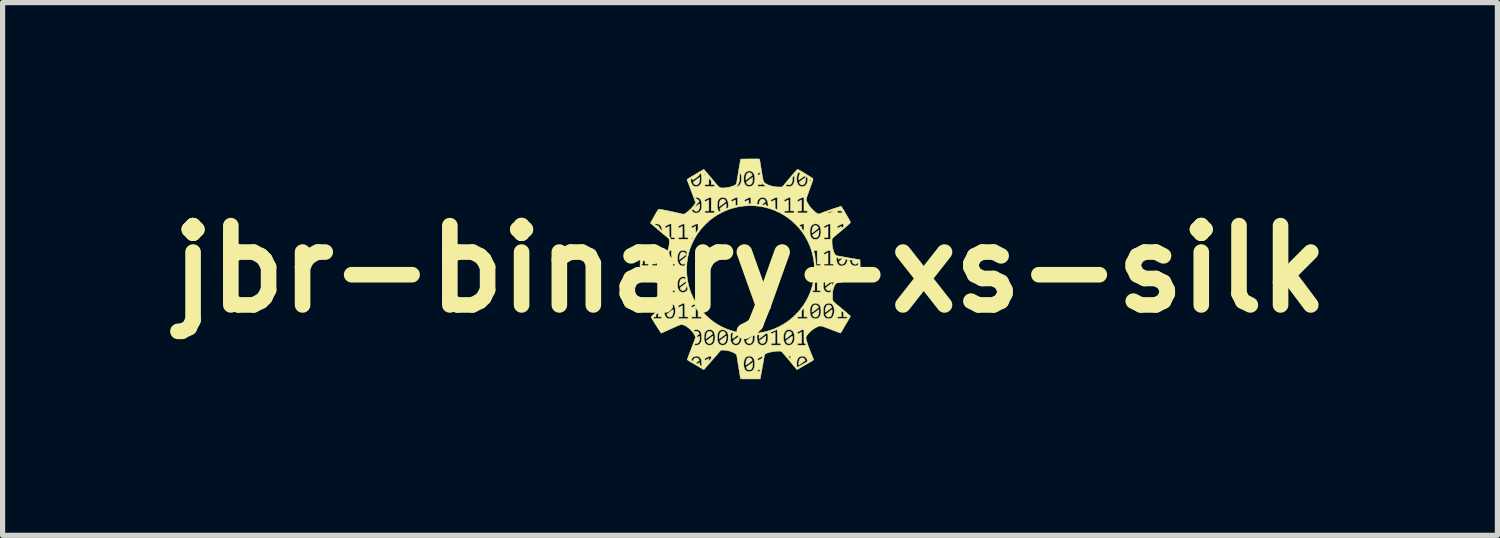
<source format=kicad_pcb>
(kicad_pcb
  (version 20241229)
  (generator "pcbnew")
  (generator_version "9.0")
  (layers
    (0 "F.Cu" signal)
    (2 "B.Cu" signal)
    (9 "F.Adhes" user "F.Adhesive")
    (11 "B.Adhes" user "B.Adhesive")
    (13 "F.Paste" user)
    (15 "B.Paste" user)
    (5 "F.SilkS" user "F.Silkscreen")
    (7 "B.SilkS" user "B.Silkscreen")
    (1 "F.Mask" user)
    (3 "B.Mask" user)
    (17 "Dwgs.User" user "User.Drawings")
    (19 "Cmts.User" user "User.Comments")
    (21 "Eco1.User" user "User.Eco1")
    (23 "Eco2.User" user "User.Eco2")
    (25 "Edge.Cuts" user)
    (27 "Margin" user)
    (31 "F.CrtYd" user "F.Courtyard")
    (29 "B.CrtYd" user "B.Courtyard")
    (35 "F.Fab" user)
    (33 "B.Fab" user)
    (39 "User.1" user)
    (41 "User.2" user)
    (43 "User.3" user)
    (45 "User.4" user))
  (footprint "jbr-binary-xs-silk"
    (layer "F.Cu")
    (at 11.365 2.121)
    (property "Reference" "jbr-binary-xs-silk" (at 0 0 0) (layer "F.SilkS") (effects (font (size 1.524 1.524) (thickness 0.3))))
    (attr through_hole)
    (fp_poly (pts (xy -0.458 1.327) (xy -0.461 1.358) (xy -0.466 1.381) (xy -0.474 1.399) (xy -0.485 1.414) (xy -0.49 1.418) (xy -0.506 1.428) (xy -0.525 1.431) (xy -0.544 1.429) (xy -0.556 1.422) (xy -0.566 1.412) (xy -0.574 1.4) (xy -0.576 1.397) (xy -0.584 1.38) (xy -0.543 1.349) (xy -0.524 1.335) (xy -0.505 1.321) (xy -0.489 1.309) (xy -0.479 1.302) (xy -0.456 1.285) (xy -0.458 1.327)) (stroke (width 0.01) (type solid)) (fill yes) (layer "F.SilkS"))
    (fp_poly (pts (xy 0.009 -1.847) (xy 0.025 -1.835) (xy 0.037 -1.818) (xy 0.04 -1.81) (xy 0.04 -1.807) (xy 0.04 -1.804) (xy 0.038 -1.801) (xy 0.034 -1.796) (xy 0.026 -1.79) (xy 0.015 -1.781) (xy -0.001 -1.768) (xy -0.023 -1.752) (xy -0.048 -1.734) (xy -0.08 -1.71) (xy -0.08 -1.743) (xy -0.078 -1.778) (xy -0.071 -1.806) (xy -0.06 -1.828) (xy -0.044 -1.844) (xy -0.03 -1.85) (xy -0.01 -1.852) (xy 0.009 -1.847)) (stroke (width 0.01) (type solid)) (fill yes) (layer "F.SilkS"))
    (fp_poly (pts (xy 0.05 -1.729) (xy 0.049 -1.697) (xy 0.043 -1.669) (xy 0.033 -1.647) (xy 0.019 -1.631) (xy 0.002 -1.621) (xy -0.009 -1.619) (xy -0.022 -1.619) (xy -0.032 -1.619) (xy -0.034 -1.62) (xy -0.045 -1.627) (xy -0.056 -1.639) (xy -0.066 -1.652) (xy -0.071 -1.664) (xy -0.072 -1.668) (xy -0.069 -1.672) (xy -0.06 -1.68) (xy -0.046 -1.691) (xy -0.029 -1.704) (xy -0.012 -1.717) (xy 0.049 -1.761) (xy 0.05 -1.729)) (stroke (width 0.01) (type solid)) (fill yes) (layer "F.SilkS"))
    (fp_poly (pts (xy 0.05 1.838) (xy 0.047 1.872) (xy 0.04 1.899) (xy 0.03 1.918) (xy 0.015 1.931) (xy -0.004 1.938) (xy -0.019 1.939) (xy -0.032 1.938) (xy -0.042 1.934) (xy -0.051 1.926) (xy -0.053 1.924) (xy -0.066 1.908) (xy -0.071 1.895) (xy -0.068 1.884) (xy -0.063 1.879) (xy -0.056 1.874) (xy -0.044 1.865) (xy -0.028 1.853) (xy -0.009 1.839) (xy -0.000483 1.833) (xy 0.052 1.794) (xy 0.05 1.838)) (stroke (width 0.01) (type solid)) (fill yes) (layer "F.SilkS"))
    (fp_poly (pts (xy 0.304 1.33) (xy 0.301 1.363) (xy 0.295 1.389) (xy 0.285 1.408) (xy 0.271 1.422) (xy 0.269 1.423) (xy 0.251 1.429) (xy 0.231 1.43) (xy 0.212 1.425) (xy 0.209 1.423) (xy 0.201 1.415) (xy 0.193 1.405) (xy 0.187 1.393) (xy 0.183 1.383) (xy 0.184 1.376) (xy 0.185 1.376) (xy 0.189 1.373) (xy 0.199 1.365) (xy 0.214 1.354) (xy 0.232 1.341) (xy 0.247 1.329) (xy 0.306 1.286) (xy 0.304 1.33)) (stroke (width 0.01) (type solid)) (fill yes) (layer "F.SilkS"))
    (fp_poly (pts (xy 0.05 1.33) (xy 0.047 1.363) (xy 0.04 1.389) (xy 0.031 1.408) (xy 0.017 1.422) (xy 0.015 1.423) (xy -0.002 1.429) (xy -0.022 1.43) (xy -0.04 1.426) (xy -0.043 1.424) (xy -0.053 1.417) (xy -0.062 1.405) (xy -0.069 1.393) (xy -0.072 1.384) (xy -0.071 1.381) (xy -0.067 1.377) (xy -0.059 1.37) (xy -0.048 1.361) (xy -0.032 1.348) (xy -0.011 1.332) (xy 0.016 1.312) (xy 0.035 1.298) (xy 0.052 1.285) (xy 0.05 1.33)) (stroke (width 0.01) (type solid)) (fill yes) (layer "F.SilkS"))
    (fp_poly (pts (xy 1.019 1.709) (xy 1.037 1.718) (xy 1.051 1.734) (xy 1.054 1.739) (xy 1.062 1.756) (xy 1.001 1.801) (xy 0.982 1.815) (xy 0.964 1.828) (xy 0.95 1.838) (xy 0.941 1.844) (xy 0.938 1.846) (xy 0.936 1.842) (xy 0.936 1.831) (xy 0.936 1.816) (xy 0.937 1.809) (xy 0.939 1.781) (xy 0.944 1.76) (xy 0.95 1.743) (xy 0.96 1.728) (xy 0.963 1.724) (xy 0.973 1.715) (xy 0.983 1.71) (xy 0.997 1.707) (xy 1.019 1.709)) (stroke (width 0.01) (type solid)) (fill yes) (layer "F.SilkS"))
    (fp_poly (pts (xy -1.475 0.793) (xy -1.474 0.808) (xy -1.476 0.828) (xy -1.479 0.85) (xy -1.484 0.871) (xy -1.489 0.887) (xy -1.49 0.889) (xy -1.503 0.907) (xy -1.52 0.918) (xy -1.538 0.923) (xy -1.557 0.921) (xy -1.575 0.912) (xy -1.576 0.91) (xy -1.587 0.899) (xy -1.595 0.887) (xy -1.599 0.876) (xy -1.598 0.869) (xy -1.598 0.868) (xy -1.593 0.865) (xy -1.583 0.857) (xy -1.568 0.846) (xy -1.551 0.833) (xy -1.536 0.822) (xy -1.478 0.779) (xy -1.475 0.793)) (stroke (width 0.01) (type solid)) (fill yes) (layer "F.SilkS"))
    (fp_poly (pts (xy -1.267 -0.323) (xy -1.25 -0.312) (xy -1.238 -0.296) (xy -1.234 -0.286) (xy -1.232 -0.28) (xy -1.232 -0.28) (xy -1.235 -0.276) (xy -1.244 -0.268) (xy -1.257 -0.258) (xy -1.272 -0.245) (xy -1.29 -0.232) (xy -1.307 -0.218) (xy -1.324 -0.206) (xy -1.338 -0.196) (xy -1.344 -0.192) (xy -1.356 -0.184) (xy -1.354 -0.225) (xy -1.351 -0.255) (xy -1.345 -0.279) (xy -1.336 -0.297) (xy -1.324 -0.312) (xy -1.322 -0.313) (xy -1.305 -0.324) (xy -1.286 -0.327) (xy -1.267 -0.323)) (stroke (width 0.01) (type solid)) (fill yes) (layer "F.SilkS"))
    (fp_poly (pts (xy 1.579 0.784) (xy 1.579 0.793) (xy 1.579 0.809) (xy 1.578 0.82) (xy 1.575 0.85) (xy 1.57 0.873) (xy 1.562 0.892) (xy 1.551 0.906) (xy 1.547 0.91) (xy 1.53 0.92) (xy 1.511 0.923) (xy 1.492 0.921) (xy 1.48 0.914) (xy 1.471 0.904) (xy 1.462 0.892) (xy 1.46 0.889) (xy 1.452 0.872) (xy 1.51 0.829) (xy 1.53 0.814) (xy 1.547 0.801) (xy 1.561 0.791) (xy 1.571 0.784) (xy 1.574 0.781) (xy 1.577 0.781) (xy 1.579 0.784)) (stroke (width 0.01) (type solid)) (fill yes) (layer "F.SilkS"))
    (fp_poly (pts (xy -0.204 1.29) (xy -0.203 1.294) (xy -0.203 1.304) (xy -0.204 1.321) (xy -0.204 1.328) (xy -0.207 1.363) (xy -0.215 1.391) (xy -0.227 1.411) (xy -0.243 1.424) (xy -0.264 1.43) (xy -0.272 1.431) (xy -0.292 1.428) (xy -0.302 1.422) (xy -0.313 1.411) (xy -0.321 1.398) (xy -0.326 1.386) (xy -0.326 1.383) (xy -0.323 1.379) (xy -0.313 1.37) (xy -0.298 1.357) (xy -0.277 1.341) (xy -0.253 1.323) (xy -0.225 1.302) (xy -0.21 1.292) (xy -0.207 1.289) (xy -0.204 1.29)) (stroke (width 0.01) (type solid)) (fill yes) (layer "F.SilkS"))
    (fp_poly (pts (xy -0.504 1.202) (xy -0.487 1.212) (xy -0.475 1.227) (xy -0.471 1.236) (xy -0.469 1.241) (xy -0.469 1.245) (xy -0.471 1.249) (xy -0.477 1.255) (xy -0.486 1.263) (xy -0.501 1.274) (xy -0.521 1.289) (xy -0.525 1.292) (xy -0.545 1.306) (xy -0.562 1.319) (xy -0.576 1.329) (xy -0.585 1.335) (xy -0.588 1.337) (xy -0.591 1.334) (xy -0.592 1.325) (xy -0.593 1.32) (xy -0.59 1.284) (xy -0.584 1.253) (xy -0.573 1.229) (xy -0.559 1.211) (xy -0.54 1.201) (xy -0.522 1.198) (xy -0.504 1.202)) (stroke (width 0.01) (type solid)) (fill yes) (layer "F.SilkS"))
    (fp_poly (pts (xy 1.282 -0.829) (xy 1.298 -0.817) (xy 1.31 -0.8) (xy 1.312 -0.796) (xy 1.313 -0.791) (xy 1.312 -0.787) (xy 1.309 -0.783) (xy 1.303 -0.776) (xy 1.292 -0.768) (xy 1.276 -0.756) (xy 1.256 -0.741) (xy 1.236 -0.726) (xy 1.219 -0.713) (xy 1.205 -0.703) (xy 1.196 -0.697) (xy 1.192 -0.695) (xy 1.191 -0.698) (xy 1.19 -0.708) (xy 1.19 -0.726) (xy 1.191 -0.731) (xy 1.195 -0.766) (xy 1.203 -0.794) (xy 1.215 -0.815) (xy 1.231 -0.829) (xy 1.243 -0.834) (xy 1.263 -0.835) (xy 1.282 -0.829)) (stroke (width 0.01) (type solid)) (fill yes) (layer "F.SilkS"))
    (fp_poly (pts (xy -0.712 1.292) (xy -0.711 1.301) (xy -0.712 1.317) (xy -0.712 1.325) (xy -0.715 1.353) (xy -0.718 1.375) (xy -0.724 1.391) (xy -0.732 1.404) (xy -0.741 1.415) (xy -0.751 1.425) (xy -0.761 1.429) (xy -0.772 1.431) (xy -0.778 1.431) (xy -0.796 1.429) (xy -0.809 1.423) (xy -0.81 1.422) (xy -0.82 1.412) (xy -0.828 1.4) (xy -0.83 1.397) (xy -0.838 1.38) (xy -0.78 1.337) (xy -0.76 1.322) (xy -0.743 1.309) (xy -0.729 1.299) (xy -0.719 1.292) (xy -0.716 1.289) (xy -0.713 1.289) (xy -0.712 1.292)) (stroke (width 0.01) (type solid)) (fill yes) (layer "F.SilkS"))
    (fp_poly (pts (xy 0.005 1.71) (xy 0.023 1.721) (xy 0.033 1.736) (xy 0.039 1.746) (xy 0.042 1.753) (xy 0.042 1.754) (xy 0.039 1.757) (xy 0.03 1.764) (xy 0.018 1.774) (xy 0.002 1.787) (xy -0.015 1.8) (xy -0.033 1.813) (xy -0.049 1.825) (xy -0.062 1.834) (xy -0.072 1.841) (xy -0.076 1.843) (xy -0.078 1.844) (xy -0.08 1.84) (xy -0.08 1.831) (xy -0.08 1.815) (xy -0.08 1.805) (xy -0.076 1.771) (xy -0.068 1.744) (xy -0.056 1.724) (xy -0.04 1.711) (xy -0.02 1.706) (xy -0.015 1.706) (xy 0.005 1.71)) (stroke (width 0.01) (type solid)) (fill yes) (layer "F.SilkS"))
    (fp_poly (pts (xy 0.771 1.203) (xy 0.778 1.206) (xy 0.789 1.216) (xy 0.798 1.229) (xy 0.804 1.241) (xy 0.804 1.245) (xy 0.801 1.249) (xy 0.792 1.257) (xy 0.779 1.267) (xy 0.763 1.28) (xy 0.746 1.293) (xy 0.729 1.307) (xy 0.712 1.319) (xy 0.698 1.328) (xy 0.688 1.335) (xy 0.684 1.337) (xy 0.683 1.334) (xy 0.682 1.323) (xy 0.682 1.306) (xy 0.683 1.299) (xy 0.686 1.269) (xy 0.691 1.245) (xy 0.7 1.227) (xy 0.713 1.212) (xy 0.714 1.211) (xy 0.732 1.201) (xy 0.751 1.198) (xy 0.771 1.203)) (stroke (width 0.01) (type solid)) (fill yes) (layer "F.SilkS"))
    (fp_poly (pts (xy 1.534 0.187) (xy 1.547 0.195) (xy 1.557 0.206) (xy 1.564 0.217) (xy 1.566 0.22) (xy 1.567 0.224) (xy 1.567 0.228) (xy 1.564 0.233) (xy 1.559 0.239) (xy 1.549 0.247) (xy 1.535 0.258) (xy 1.515 0.273) (xy 1.509 0.277) (xy 1.49 0.291) (xy 1.472 0.304) (xy 1.459 0.314) (xy 1.449 0.32) (xy 1.446 0.322) (xy 1.445 0.318) (xy 1.444 0.308) (xy 1.444 0.301) (xy 1.446 0.27) (xy 1.452 0.241) (xy 1.461 0.217) (xy 1.473 0.198) (xy 1.48 0.191) (xy 1.496 0.183) (xy 1.515 0.182) (xy 1.534 0.187)) (stroke (width 0.01) (type solid)) (fill yes) (layer "F.SilkS"))
    (fp_poly (pts (xy 1.534 0.695) (xy 1.547 0.703) (xy 1.557 0.714) (xy 1.564 0.725) (xy 1.566 0.728) (xy 1.567 0.733) (xy 1.567 0.737) (xy 1.565 0.741) (xy 1.559 0.747) (xy 1.55 0.755) (xy 1.536 0.766) (xy 1.516 0.78) (xy 1.509 0.785) (xy 1.49 0.799) (xy 1.472 0.812) (xy 1.459 0.822) (xy 1.449 0.828) (xy 1.446 0.83) (xy 1.445 0.826) (xy 1.444 0.816) (xy 1.444 0.809) (xy 1.446 0.778) (xy 1.452 0.749) (xy 1.461 0.725) (xy 1.473 0.706) (xy 1.48 0.699) (xy 1.496 0.691) (xy 1.515 0.69) (xy 1.534 0.695)) (stroke (width 0.01) (type solid)) (fill yes) (layer "F.SilkS"))
    (fp_poly (pts (xy -0.497 -1.338) (xy -0.492 -1.335) (xy -0.485 -1.327) (xy -0.477 -1.317) (xy -0.471 -1.306) (xy -0.468 -1.296) (xy -0.468 -1.291) (xy -0.474 -1.286) (xy -0.485 -1.278) (xy -0.5 -1.267) (xy -0.517 -1.255) (xy -0.535 -1.242) (xy -0.552 -1.229) (xy -0.568 -1.218) (xy -0.581 -1.209) (xy -0.589 -1.204) (xy -0.591 -1.202) (xy -0.592 -1.206) (xy -0.592 -1.217) (xy -0.592 -1.231) (xy -0.591 -1.237) (xy -0.588 -1.264) (xy -0.584 -1.285) (xy -0.579 -1.302) (xy -0.571 -1.316) (xy -0.57 -1.317) (xy -0.555 -1.333) (xy -0.537 -1.342) (xy -0.517 -1.344) (xy -0.497 -1.338)) (stroke (width 0.01) (type solid)) (fill yes) (layer "F.SilkS"))
    (fp_poly (pts (xy 1.325 0.784) (xy 1.325 0.793) (xy 1.324 0.809) (xy 1.324 0.817) (xy 1.32 0.853) (xy 1.312 0.881) (xy 1.301 0.902) (xy 1.286 0.916) (xy 1.267 0.922) (xy 1.258 0.923) (xy 1.239 0.921) (xy 1.226 0.914) (xy 1.219 0.907) (xy 1.212 0.897) (xy 1.205 0.886) (xy 1.2 0.877) (xy 1.198 0.871) (xy 1.199 0.87) (xy 1.205 0.865) (xy 1.216 0.857) (xy 1.231 0.846) (xy 1.249 0.833) (xy 1.267 0.82) (xy 1.284 0.808) (xy 1.299 0.796) (xy 1.312 0.788) (xy 1.319 0.782) (xy 1.32 0.781) (xy 1.323 0.781) (xy 1.325 0.784)) (stroke (width 0.01) (type solid)) (fill yes) (layer "F.SilkS"))
    (fp_poly (pts (xy -1.527 0.691) (xy -1.516 0.695) (xy -1.506 0.704) (xy -1.497 0.714) (xy -1.49 0.725) (xy -1.486 0.735) (xy -1.486 0.741) (xy -1.486 0.742) (xy -1.49 0.745) (xy -1.5 0.752) (xy -1.514 0.762) (xy -1.531 0.775) (xy -1.546 0.787) (xy -1.565 0.801) (xy -1.582 0.813) (xy -1.596 0.822) (xy -1.604 0.828) (xy -1.607 0.83) (xy -1.608 0.826) (xy -1.608 0.815) (xy -1.608 0.8) (xy -1.608 0.791) (xy -1.605 0.76) (xy -1.599 0.736) (xy -1.59 0.718) (xy -1.577 0.703) (xy -1.576 0.703) (xy -1.565 0.694) (xy -1.553 0.691) (xy -1.541 0.69) (xy -1.527 0.691)) (stroke (width 0.01) (type solid)) (fill yes) (layer "F.SilkS"))
    (fp_poly (pts (xy -0.966 -1.757) (xy -0.965 -1.747) (xy -0.965 -1.733) (xy -0.966 -1.717) (xy -0.968 -1.701) (xy -0.97 -1.688) (xy -0.979 -1.66) (xy -0.991 -1.638) (xy -1.007 -1.624) (xy -1.026 -1.618) (xy -1.033 -1.617) (xy -1.047 -1.619) (xy -1.061 -1.625) (xy -1.061 -1.625) (xy -1.07 -1.633) (xy -1.079 -1.643) (xy -1.086 -1.655) (xy -1.09 -1.665) (xy -1.09 -1.672) (xy -1.089 -1.672) (xy -1.083 -1.677) (xy -1.072 -1.686) (xy -1.057 -1.697) (xy -1.041 -1.709) (xy -1.023 -1.722) (xy -1.006 -1.735) (xy -0.99 -1.746) (xy -0.978 -1.755) (xy -0.97 -1.76) (xy -0.968 -1.761) (xy -0.966 -1.757)) (stroke (width 0.01) (type solid)) (fill yes) (layer "F.SilkS"))
    (fp_poly (pts (xy 1.07 -1.757) (xy 1.071 -1.747) (xy 1.071 -1.733) (xy 1.07 -1.716) (xy 1.068 -1.699) (xy 1.066 -1.691) (xy 1.058 -1.662) (xy 1.047 -1.64) (xy 1.031 -1.625) (xy 1.012 -1.618) (xy 1.003 -1.617) (xy 0.989 -1.619) (xy 0.975 -1.625) (xy 0.975 -1.625) (xy 0.966 -1.633) (xy 0.958 -1.643) (xy 0.951 -1.655) (xy 0.946 -1.665) (xy 0.946 -1.672) (xy 0.947 -1.672) (xy 0.953 -1.677) (xy 0.964 -1.686) (xy 0.979 -1.697) (xy 0.996 -1.709) (xy 1.013 -1.722) (xy 1.031 -1.735) (xy 1.046 -1.746) (xy 1.058 -1.755) (xy 1.066 -1.76) (xy 1.068 -1.761) (xy 1.07 -1.757)) (stroke (width 0.01) (type solid)) (fill yes) (layer "F.SilkS"))
    (fp_poly (pts (xy 1.324 -0.741) (xy 1.325 -0.731) (xy 1.325 -0.717) (xy 1.325 -0.716) (xy 1.323 -0.69) (xy 1.319 -0.665) (xy 1.312 -0.642) (xy 1.303 -0.626) (xy 1.288 -0.611) (xy 1.27 -0.603) (xy 1.25 -0.602) (xy 1.23 -0.609) (xy 1.229 -0.609) (xy 1.222 -0.616) (xy 1.213 -0.626) (xy 1.206 -0.636) (xy 1.2 -0.646) (xy 1.198 -0.653) (xy 1.199 -0.654) (xy 1.204 -0.658) (xy 1.214 -0.666) (xy 1.229 -0.677) (xy 1.245 -0.689) (xy 1.263 -0.702) (xy 1.281 -0.715) (xy 1.297 -0.727) (xy 1.31 -0.736) (xy 1.319 -0.743) (xy 1.323 -0.745) (xy 1.323 -0.745) (xy 1.324 -0.741)) (stroke (width 0.01) (type solid)) (fill yes) (layer "F.SilkS"))
    (fp_poly (pts (xy -0.758 1.2) (xy -0.749 1.206) (xy -0.744 1.21) (xy -0.734 1.221) (xy -0.726 1.233) (xy -0.725 1.236) (xy -0.723 1.241) (xy -0.723 1.245) (xy -0.725 1.249) (xy -0.731 1.255) (xy -0.74 1.263) (xy -0.754 1.274) (xy -0.774 1.288) (xy -0.781 1.293) (xy -0.801 1.307) (xy -0.818 1.32) (xy -0.832 1.33) (xy -0.841 1.336) (xy -0.844 1.338) (xy -0.846 1.334) (xy -0.847 1.324) (xy -0.847 1.317) (xy -0.845 1.294) (xy -0.841 1.27) (xy -0.836 1.247) (xy -0.83 1.232) (xy -0.819 1.215) (xy -0.806 1.205) (xy -0.789 1.2) (xy -0.782 1.199) (xy -0.768 1.198) (xy -0.758 1.2)) (stroke (width 0.01) (type solid)) (fill yes) (layer "F.SilkS"))
    (fp_poly (pts (xy 0.814 1.293) (xy 0.815 1.297) (xy 0.815 1.298) (xy 0.817 1.311) (xy 0.816 1.329) (xy 0.813 1.349) (xy 0.809 1.369) (xy 0.804 1.387) (xy 0.8 1.396) (xy 0.788 1.415) (xy 0.773 1.426) (xy 0.755 1.431) (xy 0.749 1.431) (xy 0.734 1.43) (xy 0.723 1.425) (xy 0.714 1.418) (xy 0.705 1.409) (xy 0.698 1.398) (xy 0.692 1.388) (xy 0.69 1.38) (xy 0.691 1.378) (xy 0.694 1.376) (xy 0.704 1.369) (xy 0.718 1.358) (xy 0.735 1.345) (xy 0.752 1.332) (xy 0.774 1.316) (xy 0.79 1.304) (xy 0.8 1.297) (xy 0.808 1.293) (xy 0.812 1.292) (xy 0.814 1.293)) (stroke (width 0.01) (type solid)) (fill yes) (layer "F.SilkS"))
    (fp_poly (pts (xy 1.271 0.691) (xy 1.282 0.695) (xy 1.293 0.703) (xy 1.303 0.713) (xy 1.31 0.725) (xy 1.312 0.728) (xy 1.313 0.732) (xy 1.313 0.736) (xy 1.31 0.741) (xy 1.304 0.747) (xy 1.295 0.755) (xy 1.28 0.766) (xy 1.26 0.782) (xy 1.255 0.785) (xy 1.236 0.799) (xy 1.218 0.812) (xy 1.204 0.822) (xy 1.195 0.828) (xy 1.192 0.83) (xy 1.19 0.826) (xy 1.19 0.815) (xy 1.19 0.801) (xy 1.191 0.795) (xy 1.194 0.765) (xy 1.199 0.742) (xy 1.207 0.723) (xy 1.218 0.708) (xy 1.219 0.706) (xy 1.23 0.696) (xy 1.238 0.692) (xy 1.25 0.69) (xy 1.256 0.69) (xy 1.271 0.691)) (stroke (width 0.01) (type solid)) (fill yes) (layer "F.SilkS"))
    (fp_poly (pts (xy 0.112 -2.116) (xy 0.135 -2.116) (xy 0.153 -2.116) (xy 0.166 -2.115) (xy 0.175 -2.114) (xy 0.18 -2.113) (xy 0.183 -2.112) (xy 0.183 -2.111) (xy 0.185 -2.105) (xy 0.187 -2.092) (xy 0.19 -2.073) (xy 0.194 -2.05) (xy 0.198 -2.023) (xy 0.201 -2.008) (xy 0.21 -1.948) (xy 0.219 -1.896) (xy 0.226 -1.852) (xy 0.232 -1.813) (xy 0.238 -1.781) (xy 0.243 -1.754) (xy 0.247 -1.732) (xy 0.252 -1.714) (xy 0.256 -1.7) (xy 0.26 -1.688) (xy 0.264 -1.679) (xy 0.268 -1.672) (xy 0.272 -1.666) (xy 0.275 -1.662) (xy 0.292 -1.648) (xy 0.316 -1.633) (xy 0.346 -1.619) (xy 0.381 -1.606) (xy 0.42 -1.594) (xy 0.452 -1.587) (xy 0.471 -1.583) (xy 0.493 -1.581) (xy 0.518 -1.579) (xy 0.544 -1.577) (xy 0.569 -1.577) (xy 0.591 -1.577) (xy 0.608 -1.578) (xy 0.62 -1.58) (xy 0.623 -1.581) (xy 0.628 -1.586) (xy 0.637 -1.596) (xy 0.641 -1.601) (xy 0.689 -1.601) (xy 0.695 -1.596) (xy 0.708 -1.59) (xy 0.71 -1.589) (xy 0.735 -1.584) (xy 0.762 -1.585) (xy 0.779 -1.588) (xy 0.803 -1.6) (xy 0.823 -1.618) (xy 0.839 -1.644) (xy 0.849 -1.674) (xy 0.852 -1.689) (xy 0.854 -1.707) (xy 0.855 -1.719) (xy 0.898 -1.719) (xy 0.898 -1.7) (xy 0.899 -1.686) (xy 0.902 -1.672) (xy 0.906 -1.659) (xy 0.918 -1.63) (xy 0.936 -1.608) (xy 0.958 -1.593) (xy 0.984 -1.584) (xy 1.013 -1.584) (xy 1.035 -1.588) (xy 1.051 -1.596) (xy 1.068 -1.609) (xy 1.083 -1.627) (xy 1.095 -1.645) (xy 1.098 -1.653) (xy 1.102 -1.667) (xy 1.105 -1.687) (xy 1.108 -1.707) (xy 1.152 -1.707) (xy 1.152 -1.694) (xy 1.154 -1.683) (xy 1.156 -1.674) (xy 1.158 -1.672) (xy 1.16 -1.676) (xy 1.164 -1.685) (xy 1.167 -1.691) (xy 1.171 -1.703) (xy 1.172 -1.71) (xy 1.169 -1.714) (xy 1.166 -1.717) (xy 1.157 -1.722) (xy 1.153 -1.721) (xy 1.152 -1.712) (xy 1.152 -1.707) (xy 1.108 -1.707) (xy 1.108 -1.707) (xy 1.108 -1.713) (xy 1.11 -1.751) (xy 1.087 -1.765) (xy 1.074 -1.774) (xy 1.062 -1.781) (xy 1.056 -1.785) (xy 1.052 -1.787) (xy 1.048 -1.787) (xy 1.041 -1.784) (xy 1.032 -1.779) (xy 1.019 -1.77) (xy 1 -1.756) (xy 0.992 -1.75) (xy 0.938 -1.71) (xy 0.936 -1.732) (xy 0.937 -1.759) (xy 0.941 -1.786) (xy 0.949 -1.811) (xy 0.955 -1.823) (xy 0.965 -1.841) (xy 0.95 -1.85) (xy 0.941 -1.855) (xy 0.933 -1.856) (xy 0.927 -1.852) (xy 0.92 -1.841) (xy 0.912 -1.824) (xy 0.912 -1.823) (xy 0.907 -1.811) (xy 0.903 -1.8) (xy 0.901 -1.788) (xy 0.899 -1.773) (xy 0.898 -1.752) (xy 0.898 -1.743) (xy 0.898 -1.719) (xy 0.855 -1.719) (xy 0.855 -1.727) (xy 0.855 -1.747) (xy 0.854 -1.766) (xy 0.853 -1.781) (xy 0.85 -1.791) (xy 0.847 -1.795) (xy 0.847 -1.795) (xy 0.843 -1.791) (xy 0.836 -1.784) (xy 0.831 -1.778) (xy 0.824 -1.77) (xy 0.82 -1.762) (xy 0.817 -1.752) (xy 0.816 -1.739) (xy 0.815 -1.725) (xy 0.812 -1.689) (xy 0.804 -1.661) (xy 0.793 -1.641) (xy 0.778 -1.627) (xy 0.773 -1.624) (xy 0.753 -1.618) (xy 0.733 -1.62) (xy 0.723 -1.624) (xy 0.714 -1.628) (xy 0.709 -1.628) (xy 0.702 -1.623) (xy 0.697 -1.617) (xy 0.69 -1.608) (xy 0.689 -1.601) (xy 0.641 -1.601) (xy 0.649 -1.61) (xy 0.662 -1.627) (xy 0.667 -1.634) (xy 0.679 -1.649) (xy 0.696 -1.669) (xy 0.716 -1.693) (xy 0.738 -1.72) (xy 0.763 -1.749) (xy 0.788 -1.779) (xy 0.805 -1.799) (xy 0.832 -1.83) (xy 0.854 -1.855) (xy 0.871 -1.875) (xy 0.885 -1.89) (xy 0.895 -1.901) (xy 0.903 -1.908) (xy 0.909 -1.913) (xy 0.913 -1.915) (xy 0.917 -1.916) (xy 0.918 -1.916) (xy 0.924 -1.913) (xy 0.937 -1.907) (xy 0.955 -1.897) (xy 0.977 -1.884) (xy 1.001 -1.87) (xy 1.029 -1.853) (xy 1.057 -1.836) (xy 1.085 -1.818) (xy 1.113 -1.801) (xy 1.139 -1.784) (xy 1.163 -1.769) (xy 1.183 -1.755) (xy 1.198 -1.745) (xy 1.208 -1.737) (xy 1.211 -1.734) (xy 1.211 -1.729) (xy 1.209 -1.722) (xy 1.206 -1.709) (xy 1.201 -1.692) (xy 1.193 -1.67) (xy 1.184 -1.641) (xy 1.171 -1.606) (xy 1.156 -1.564) (xy 1.147 -1.538) (xy 1.13 -1.493) (xy 1.117 -1.455) (xy 1.105 -1.424) (xy 1.097 -1.398) (xy 1.09 -1.377) (xy 1.086 -1.36) (xy 1.083 -1.346) (xy 1.082 -1.334) (xy 1.083 -1.324) (xy 1.085 -1.315) (xy 1.088 -1.306) (xy 1.092 -1.296) (xy 1.097 -1.287) (xy 1.122 -1.242) (xy 1.154 -1.196) (xy 1.195 -1.151) (xy 1.206 -1.139) (xy 1.234 -1.113) (xy 1.259 -1.091) (xy 1.282 -1.075) (xy 1.302 -1.064) (xy 1.317 -1.059) (xy 1.32 -1.058) (xy 1.328 -1.06) (xy 1.341 -1.064) (xy 1.359 -1.071) (xy 1.38 -1.079) (xy 1.38 -1.079) (xy 1.482 -1.079) (xy 1.485 -1.076) (xy 1.495 -1.075) (xy 1.509 -1.075) (xy 1.524 -1.077) (xy 1.539 -1.079) (xy 1.55 -1.083) (xy 1.552 -1.083) (xy 1.561 -1.089) (xy 1.571 -1.096) (xy 1.581 -1.105) (xy 1.588 -1.112) (xy 1.591 -1.117) (xy 1.589 -1.118) (xy 1.681 -1.118) (xy 1.681 -1.079) (xy 1.73 -1.079) (xy 1.749 -1.08) (xy 1.764 -1.08) (xy 1.774 -1.081) (xy 1.777 -1.083) (xy 1.774 -1.088) (xy 1.769 -1.098) (xy 1.768 -1.102) (xy 1.759 -1.118) (xy 1.681 -1.118) (xy 1.589 -1.118) (xy 1.589 -1.118) (xy 1.583 -1.116) (xy 1.571 -1.113) (xy 1.555 -1.108) (xy 1.538 -1.101) (xy 1.52 -1.095) (xy 1.504 -1.089) (xy 1.491 -1.083) (xy 1.483 -1.08) (xy 1.482 -1.079) (xy 1.38 -1.079) (xy 1.392 -1.083) (xy 1.412 -1.091) (xy 1.436 -1.1) (xy 1.464 -1.11) (xy 1.495 -1.121) (xy 1.528 -1.133) (xy 1.562 -1.145) (xy 1.596 -1.157) (xy 1.629 -1.168) (xy 1.66 -1.178) (xy 1.689 -1.187) (xy 1.713 -1.195) (xy 1.732 -1.201) (xy 1.745 -1.205) (xy 1.751 -1.206) (xy 1.751 -1.206) (xy 1.755 -1.202) (xy 1.763 -1.191) (xy 1.773 -1.174) (xy 1.787 -1.152) (xy 1.804 -1.125) (xy 1.822 -1.094) (xy 1.842 -1.059) (xy 1.844 -1.056) (xy 1.867 -1.017) (xy 1.885 -0.985) (xy 1.9 -0.959) (xy 1.911 -0.938) (xy 1.919 -0.922) (xy 1.925 -0.91) (xy 1.928 -0.902) (xy 1.929 -0.896) (xy 1.929 -0.895) (xy 1.928 -0.892) (xy 1.925 -0.887) (xy 1.92 -0.882) (xy 1.913 -0.874) (xy 1.902 -0.864) (xy 1.888 -0.851) (xy 1.869 -0.835) (xy 1.846 -0.815) (xy 1.818 -0.79) (xy 1.783 -0.762) (xy 1.765 -0.746) (xy 1.733 -0.719) (xy 1.702 -0.693) (xy 1.674 -0.669) (xy 1.648 -0.647) (xy 1.627 -0.629) (xy 1.609 -0.614) (xy 1.597 -0.603) (xy 1.59 -0.598) (xy 1.59 -0.597) (xy 1.584 -0.591) (xy 1.581 -0.585) (xy 1.578 -0.577) (xy 1.577 -0.565) (xy 1.576 -0.546) (xy 1.576 -0.541) (xy 1.576 -0.504) (xy 1.579 -0.466) (xy 1.585 -0.426) (xy 1.593 -0.387) (xy 1.603 -0.351) (xy 1.614 -0.319) (xy 1.627 -0.292) (xy 1.64 -0.273) (xy 1.651 -0.263) (xy 1.664 -0.257) (xy 1.665 -0.257) (xy 1.673 -0.255) (xy 1.689 -0.252) (xy 1.71 -0.248) (xy 1.737 -0.243) (xy 1.768 -0.238) (xy 1.801 -0.232) (xy 1.837 -0.226) (xy 1.875 -0.219) (xy 1.912 -0.212) (xy 1.949 -0.206) (xy 1.985 -0.2) (xy 2.018 -0.194) (xy 2.047 -0.189) (xy 2.073 -0.185) (xy 2.092 -0.181) (xy 2.106 -0.179) (xy 2.112 -0.178) (xy 2.113 -0.178) (xy 2.114 -0.174) (xy 2.114 -0.162) (xy 2.115 -0.144) (xy 2.115 -0.121) (xy 2.116 -0.094) (xy 2.116 -0.063) (xy 2.116 -0.03) (xy 2.116 0.004) (xy 2.116 0.039) (xy 2.116 0.072) (xy 2.115 0.104) (xy 2.115 0.132) (xy 2.114 0.157) (xy 2.114 0.176) (xy 2.113 0.19) (xy 2.112 0.196) (xy 2.112 0.196) (xy 2.108 0.197) (xy 2.096 0.2) (xy 2.077 0.203) (xy 2.052 0.206) (xy 2.022 0.211) (xy 1.988 0.216) (xy 1.95 0.222) (xy 1.909 0.227) (xy 1.903 0.228) (xy 1.861 0.234) (xy 1.822 0.24) (xy 1.786 0.246) (xy 1.753 0.25) (xy 1.725 0.255) (xy 1.703 0.258) (xy 1.688 0.261) (xy 1.68 0.262) (xy 1.68 0.263) (xy 1.66 0.272) (xy 1.641 0.29) (xy 1.625 0.317) (xy 1.61 0.351) (xy 1.597 0.392) (xy 1.593 0.408) (xy 1.59 0.423) (xy 1.588 0.437) (xy 1.587 0.454) (xy 1.586 0.474) (xy 1.586 0.501) (xy 1.586 0.51) (xy 1.586 0.54) (xy 1.586 0.563) (xy 1.587 0.582) (xy 1.59 0.598) (xy 1.596 0.612) (xy 1.605 0.625) (xy 1.618 0.638) (xy 1.635 0.654) (xy 1.657 0.673) (xy 1.68 0.692) (xy 1.715 0.72) (xy 1.749 0.749) (xy 1.782 0.777) (xy 1.814 0.803) (xy 1.842 0.827) (xy 1.868 0.85) (xy 1.89 0.869) (xy 1.908 0.885) (xy 1.921 0.896) (xy 1.929 0.904) (xy 1.93 0.906) (xy 1.928 0.911) (xy 1.922 0.922) (xy 1.913 0.938) (xy 1.901 0.958) (xy 1.888 0.982) (xy 1.872 1.008) (xy 1.872 1.009) (xy 1.854 1.038) (xy 1.836 1.068) (xy 1.819 1.098) (xy 1.804 1.124) (xy 1.791 1.146) (xy 1.784 1.158) (xy 1.77 1.183) (xy 1.759 1.202) (xy 1.751 1.215) (xy 1.745 1.223) (xy 1.74 1.227) (xy 1.736 1.229) (xy 1.731 1.228) (xy 1.726 1.226) (xy 1.719 1.223) (xy 1.705 1.218) (xy 1.685 1.21) (xy 1.66 1.2) (xy 1.631 1.189) (xy 1.598 1.177) (xy 1.563 1.164) (xy 1.547 1.158) (xy 1.503 1.141) (xy 1.466 1.127) (xy 1.436 1.116) (xy 1.411 1.108) (xy 1.39 1.102) (xy 1.373 1.097) (xy 1.358 1.095) (xy 1.346 1.095) (xy 1.335 1.096) (xy 1.324 1.099) (xy 1.312 1.103) (xy 1.301 1.107) (xy 1.27 1.122) (xy 1.239 1.14) (xy 1.208 1.161) (xy 1.178 1.184) (xy 1.151 1.209) (xy 1.126 1.234) (xy 1.105 1.259) (xy 1.089 1.283) (xy 1.079 1.304) (xy 1.075 1.323) (xy 1.077 1.34) (xy 1.082 1.363) (xy 1.091 1.393) (xy 1.102 1.429) (xy 1.116 1.471) (xy 1.133 1.516) (xy 1.152 1.566) (xy 1.173 1.62) (xy 1.189 1.659) (xy 1.199 1.684) (xy 1.208 1.706) (xy 1.216 1.724) (xy 1.221 1.737) (xy 1.223 1.744) (xy 1.223 1.745) (xy 1.22 1.747) (xy 1.21 1.754) (xy 1.195 1.763) (xy 1.175 1.775) (xy 1.151 1.789) (xy 1.125 1.804) (xy 1.125 1.805) (xy 1.095 1.822) (xy 1.062 1.841) (xy 1.031 1.859) (xy 1.002 1.876) (xy 0.976 1.891) (xy 0.965 1.898) (xy 0.903 1.934) (xy 0.812 1.826) (xy 0.898 1.826) (xy 0.898 1.853) (xy 0.9 1.872) (xy 0.904 1.883) (xy 0.909 1.888) (xy 0.91 1.888) (xy 0.915 1.886) (xy 0.926 1.88) (xy 0.942 1.872) (xy 0.961 1.86) (xy 0.983 1.848) (xy 0.984 1.847) (xy 1.008 1.833) (xy 1.031 1.819) (xy 1.052 1.807) (xy 1.069 1.798) (xy 1.079 1.792) (xy 1.094 1.783) (xy 1.102 1.774) (xy 1.104 1.763) (xy 1.101 1.747) (xy 1.099 1.741) (xy 1.096 1.734) (xy 1.165 1.734) (xy 1.165 1.739) (xy 1.172 1.739) (xy 1.176 1.736) (xy 1.18 1.729) (xy 1.179 1.724) (xy 1.177 1.719) (xy 1.174 1.721) (xy 1.17 1.725) (xy 1.165 1.734) (xy 1.096 1.734) (xy 1.086 1.714) (xy 1.068 1.693) (xy 1.045 1.68) (xy 1.018 1.673) (xy 1.006 1.672) (xy 0.978 1.675) (xy 0.954 1.685) (xy 0.936 1.699) (xy 0.921 1.717) (xy 0.91 1.738) (xy 0.903 1.763) (xy 0.899 1.794) (xy 0.898 1.826) (xy 0.812 1.826) (xy 0.758 1.76) (xy 0.73 1.727) (xy 0.704 1.696) (xy 0.691 1.682) (xy 0.74 1.682) (xy 0.746 1.692) (xy 0.756 1.706) (xy 0.766 1.718) (xy 0.774 1.727) (xy 0.779 1.731) (xy 0.779 1.731) (xy 0.78 1.728) (xy 0.78 1.717) (xy 0.78 1.703) (xy 0.78 1.703) (xy 0.78 1.674) (xy 0.764 1.673) (xy 0.749 1.673) (xy 0.741 1.676) (xy 0.74 1.682) (xy 0.691 1.682) (xy 0.679 1.668) (xy 0.657 1.642) (xy 0.638 1.62) (xy 0.623 1.603) (xy 0.612 1.591) (xy 0.605 1.585) (xy 0.604 1.584) (xy 0.585 1.579) (xy 0.559 1.577) (xy 0.527 1.577) (xy 0.492 1.58) (xy 0.455 1.585) (xy 0.416 1.592) (xy 0.402 1.594) (xy 0.364 1.604) (xy 0.333 1.613) (xy 0.31 1.623) (xy 0.293 1.633) (xy 0.283 1.644) (xy 0.279 1.654) (xy 0.277 1.66) (xy 0.275 1.674) (xy 0.271 1.695) (xy 0.266 1.722) (xy 0.26 1.753) (xy 0.254 1.789) (xy 0.247 1.828) (xy 0.239 1.869) (xy 0.237 1.88) (xy 0.23 1.922) (xy 0.223 1.961) (xy 0.216 1.997) (xy 0.21 2.029) (xy 0.205 2.057) (xy 0.201 2.079) (xy 0.199 2.094) (xy 0.197 2.102) (xy 0.197 2.103) (xy 0.195 2.112) (xy 0.006 2.112) (xy -0.045 2.112) (xy -0.088 2.112) (xy -0.122 2.112) (xy -0.149 2.111) (xy -0.168 2.11) (xy -0.179 2.109) (xy -0.182 2.108) (xy -0.183 2.103) (xy -0.185 2.09) (xy -0.188 2.072) (xy -0.192 2.047) (xy -0.197 2.019) (xy -0.202 1.986) (xy -0.207 1.955) (xy -0.21 1.939) (xy -0.176 1.939) (xy -0.175 1.946) (xy -0.172 1.951) (xy -0.171 1.949) (xy -0.17 1.946) (xy -0.17 1.938) (xy -0.171 1.936) (xy -0.175 1.935) (xy -0.176 1.939) (xy -0.21 1.939) (xy -0.214 1.916) (xy -0.22 1.877) (xy -0.227 1.839) (xy -0.122 1.839) (xy -0.122 1.841) (xy -0.117 1.881) (xy -0.107 1.914) (xy -0.093 1.939) (xy -0.073 1.958) (xy -0.049 1.97) (xy -0.038 1.973) (xy -0.014 1.975) (xy 0.012 1.97) (xy 0.032 1.963) (xy 0.053 1.947) (xy 0.063 1.935) (xy 0.152 1.935) (xy 0.152 1.973) (xy 0.169 1.973) (xy 0.18 1.972) (xy 0.186 1.97) (xy 0.186 1.97) (xy 0.187 1.964) (xy 0.19 1.953) (xy 0.19 1.951) (xy 0.194 1.935) (xy 0.152 1.935) (xy 0.063 1.935) (xy 0.069 1.926) (xy 0.081 1.899) (xy 0.088 1.865) (xy 0.091 1.825) (xy 0.091 1.818) (xy 0.089 1.78) (xy 0.083 1.748) (xy 0.075 1.728) (xy 0.147 1.728) (xy 0.149 1.738) (xy 0.15 1.742) (xy 0.157 1.757) (xy 0.193 1.738) (xy 0.208 1.73) (xy 0.22 1.724) (xy 0.228 1.722) (xy 0.229 1.722) (xy 0.23 1.72) (xy 0.232 1.712) (xy 0.235 1.702) (xy 0.237 1.689) (xy 0.239 1.679) (xy 0.239 1.676) (xy 0.235 1.677) (xy 0.225 1.681) (xy 0.212 1.687) (xy 0.196 1.695) (xy 0.18 1.703) (xy 0.166 1.711) (xy 0.154 1.717) (xy 0.148 1.722) (xy 0.147 1.722) (xy 0.147 1.728) (xy 0.075 1.728) (xy 0.073 1.723) (xy 0.059 1.702) (xy 0.041 1.686) (xy 0.04 1.685) (xy 0.031 1.68) (xy 0.022 1.676) (xy 0.01 1.675) (xy -0.007 1.674) (xy -0.013 1.674) (xy -0.031 1.675) (xy -0.044 1.676) (xy -0.054 1.678) (xy -0.063 1.683) (xy -0.067 1.686) (xy -0.088 1.705) (xy -0.104 1.73) (xy -0.115 1.761) (xy -0.121 1.798) (xy -0.122 1.839) (xy -0.227 1.839) (xy -0.227 1.838) (xy -0.233 1.802) (xy -0.238 1.77) (xy -0.242 1.744) (xy -0.243 1.732) (xy -0.247 1.708) (xy -0.251 1.686) (xy -0.254 1.668) (xy -0.257 1.656) (xy -0.258 1.651) (xy -0.27 1.636) (xy -0.29 1.621) (xy -0.315 1.606) (xy -0.346 1.593) (xy -0.38 1.58) (xy -0.418 1.571) (xy -0.45 1.564) (xy -0.472 1.561) (xy -0.496 1.559) (xy -0.518 1.558) (xy -0.538 1.558) (xy -0.553 1.56) (xy -0.559 1.561) (xy -0.564 1.566) (xy -0.574 1.575) (xy -0.586 1.588) (xy -0.6 1.604) (xy -0.603 1.609) (xy -0.616 1.623) (xy -0.633 1.643) (xy -0.653 1.666) (xy -0.676 1.692) (xy -0.7 1.72) (xy -0.725 1.748) (xy -0.734 1.759) (xy -0.758 1.786) (xy -0.782 1.813) (xy -0.804 1.838) (xy -0.824 1.861) (xy -0.841 1.88) (xy -0.853 1.895) (xy -0.857 1.9) (xy -0.87 1.915) (xy -0.879 1.925) (xy -0.886 1.93) (xy -0.89 1.931) (xy -0.894 1.929) (xy -0.895 1.929) (xy -0.901 1.926) (xy -0.913 1.919) (xy -0.93 1.908) (xy -0.953 1.895) (xy -0.979 1.88) (xy -1.009 1.862) (xy -1.041 1.844) (xy -1.055 1.835) (xy -1.088 1.816) (xy -1.118 1.799) (xy -1.145 1.782) (xy -1.168 1.768) (xy -1.186 1.757) (xy -1.197 1.75) (xy -1.128 1.75) (xy -1.123 1.756) (xy -1.116 1.761) (xy -1.104 1.767) (xy -1.096 1.767) (xy -1.092 1.759) (xy -1.09 1.753) (xy -1.086 1.742) (xy -1.078 1.73) (xy -1.073 1.724) (xy -1.065 1.715) (xy -1.058 1.71) (xy -1.048 1.709) (xy -1.034 1.708) (xy -1.015 1.71) (xy -1.001 1.715) (xy -0.99 1.726) (xy -0.982 1.741) (xy -0.974 1.756) (xy -1.005 1.779) (xy -1.019 1.789) (xy -1.03 1.797) (xy -1.036 1.803) (xy -1.037 1.804) (xy -1.034 1.808) (xy -1.026 1.814) (xy -1.022 1.816) (xy -1.007 1.825) (xy -0.991 1.812) (xy -0.98 1.804) (xy -0.972 1.8) (xy -0.97 1.799) (xy -0.967 1.803) (xy -0.965 1.814) (xy -0.965 1.824) (xy -0.965 1.838) (xy -0.963 1.847) (xy -0.959 1.853) (xy -0.951 1.858) (xy -0.941 1.864) (xy -0.935 1.866) (xy -0.93 1.865) (xy -0.928 1.858) (xy -0.927 1.845) (xy -0.928 1.825) (xy -0.928 1.813) (xy -0.93 1.782) (xy -0.933 1.757) (xy -0.938 1.738) (xy -0.945 1.723) (xy -0.876 1.723) (xy -0.869 1.739) (xy -0.865 1.749) (xy -0.862 1.755) (xy -0.862 1.756) (xy -0.858 1.755) (xy -0.848 1.75) (xy -0.834 1.743) (xy -0.826 1.738) (xy -0.792 1.719) (xy -0.791 1.745) (xy -0.791 1.772) (xy -0.768 1.746) (xy -0.757 1.733) (xy -0.75 1.724) (xy -0.747 1.717) (xy -0.746 1.707) (xy -0.746 1.698) (xy -0.747 1.674) (xy -0.763 1.673) (xy -0.771 1.673) (xy -0.781 1.676) (xy -0.795 1.681) (xy -0.813 1.69) (xy -0.827 1.698) (xy -0.876 1.723) (xy -0.945 1.723) (xy -0.946 1.722) (xy -0.956 1.707) (xy -0.958 1.704) (xy -0.977 1.686) (xy -1.002 1.676) (xy -1.03 1.672) (xy -1.059 1.676) (xy -1.085 1.687) (xy -1.106 1.704) (xy -1.122 1.727) (xy -1.128 1.743) (xy -1.128 1.75) (xy -1.197 1.75) (xy -1.199 1.748) (xy -1.206 1.743) (xy -1.206 1.742) (xy -1.205 1.737) (xy -1.201 1.724) (xy -1.194 1.706) (xy -1.186 1.683) (xy -1.176 1.655) (xy -1.165 1.625) (xy -1.152 1.592) (xy -1.14 1.559) (xy -1.127 1.525) (xy -1.114 1.492) (xy -1.102 1.461) (xy -1.091 1.433) (xy -1.082 1.409) (xy -1.08 1.405) (xy -1.071 1.381) (xy -1.062 1.358) (xy -1.056 1.339) (xy -1.051 1.325) (xy -1.05 1.318) (xy -1.054 1.294) (xy -1.064 1.268) (xy -1.082 1.239) (xy -1.105 1.207) (xy -1.133 1.177) (xy -1.084 1.177) (xy -1.075 1.189) (xy -1.07 1.196) (xy -1.065 1.199) (xy -1.056 1.2) (xy -1.043 1.199) (xy -1.04 1.199) (xy -1.025 1.198) (xy -1.014 1.2) (xy -1.007 1.203) (xy -1.002 1.206) (xy -0.992 1.217) (xy -0.983 1.229) (xy -0.982 1.232) (xy -0.974 1.248) (xy -0.997 1.264) (xy -1.02 1.281) (xy -1.018 1.3) (xy -1.016 1.311) (xy -1.014 1.319) (xy -1.014 1.32) (xy -1.01 1.318) (xy -1.002 1.312) (xy -0.994 1.306) (xy -0.98 1.296) (xy -0.972 1.292) (xy -0.967 1.294) (xy -0.965 1.302) (xy -0.966 1.318) (xy -0.966 1.328) (xy -0.97 1.361) (xy -0.977 1.386) (xy -0.986 1.405) (xy -0.997 1.418) (xy -1.009 1.426) (xy -1.02 1.43) (xy -1.033 1.431) (xy -1.046 1.431) (xy -1.053 1.434) (xy -1.057 1.44) (xy -1.06 1.446) (xy -1.064 1.456) (xy -1.067 1.463) (xy -1.067 1.464) (xy -1.063 1.464) (xy -1.053 1.465) (xy -1.038 1.464) (xy -1.032 1.464) (xy -1.012 1.463) (xy -0.999 1.461) (xy -0.988 1.457) (xy -0.981 1.452) (xy -0.964 1.437) (xy -0.949 1.418) (xy -0.938 1.395) (xy -0.934 1.387) (xy -0.932 1.372) (xy -0.93 1.351) (xy -0.929 1.326) (xy -0.929 1.304) (xy -0.883 1.304) (xy -0.883 1.332) (xy -0.882 1.358) (xy -0.879 1.381) (xy -0.875 1.395) (xy -0.863 1.42) (xy -0.847 1.44) (xy -0.828 1.455) (xy -0.826 1.456) (xy -0.807 1.463) (xy -0.784 1.465) (xy -0.76 1.463) (xy -0.738 1.458) (xy -0.732 1.455) (xy -0.71 1.439) (xy -0.693 1.416) (xy -0.681 1.387) (xy -0.674 1.351) (xy -0.673 1.329) (xy -0.63 1.329) (xy -0.63 1.335) (xy -0.625 1.373) (xy -0.616 1.405) (xy -0.603 1.43) (xy -0.584 1.449) (xy -0.572 1.456) (xy -0.553 1.462) (xy -0.53 1.465) (xy -0.506 1.463) (xy -0.485 1.458) (xy -0.479 1.456) (xy -0.457 1.44) (xy -0.44 1.418) (xy -0.428 1.39) (xy -0.42 1.355) (xy -0.418 1.317) (xy -0.374 1.317) (xy -0.374 1.341) (xy -0.373 1.359) (xy -0.372 1.373) (xy -0.37 1.384) (xy -0.366 1.395) (xy -0.365 1.398) (xy -0.351 1.425) (xy -0.334 1.445) (xy -0.314 1.457) (xy -0.288 1.464) (xy -0.272 1.465) (xy -0.255 1.464) (xy -0.24 1.461) (xy -0.232 1.459) (xy -0.208 1.445) (xy -0.189 1.423) (xy -0.175 1.395) (xy -0.166 1.36) (xy -0.164 1.351) (xy -0.162 1.329) (xy -0.162 1.307) (xy -0.162 1.304) (xy -0.123 1.304) (xy -0.122 1.324) (xy -0.121 1.345) (xy -0.118 1.365) (xy -0.116 1.376) (xy -0.106 1.408) (xy -0.091 1.433) (xy -0.072 1.45) (xy -0.048 1.461) (xy -0.019 1.465) (xy -0.017 1.465) (xy 0.005 1.463) (xy 0.022 1.459) (xy 0.03 1.455) (xy 0.05 1.441) (xy 0.067 1.42) (xy 0.08 1.395) (xy 0.083 1.387) (xy 0.086 1.372) (xy 0.089 1.352) (xy 0.092 1.33) (xy 0.092 1.318) (xy 0.134 1.318) (xy 0.136 1.359) (xy 0.142 1.392) (xy 0.153 1.419) (xy 0.169 1.44) (xy 0.189 1.455) (xy 0.191 1.456) (xy 0.212 1.462) (xy 0.237 1.465) (xy 0.262 1.463) (xy 0.282 1.457) (xy 0.303 1.443) (xy 0.321 1.421) (xy 0.335 1.394) (xy 0.339 1.383) (xy 0.342 1.372) (xy 0.343 1.359) (xy 0.344 1.342) (xy 0.345 1.319) (xy 0.345 1.312) (xy 0.344 1.286) (xy 0.343 1.264) (xy 0.341 1.249) (xy 0.339 1.243) (xy 0.335 1.235) (xy 0.33 1.233) (xy 0.32 1.234) (xy 0.318 1.234) (xy 0.302 1.24) (xy 0.292 1.249) (xy 0.286 1.255) (xy 0.274 1.264) (xy 0.259 1.277) (xy 0.241 1.29) (xy 0.223 1.304) (xy 0.205 1.317) (xy 0.191 1.327) (xy 0.18 1.335) (xy 0.178 1.335) (xy 0.176 1.336) (xy 0.174 1.331) (xy 0.174 1.322) (xy 0.174 1.305) (xy 0.174 1.3) (xy 0.176 1.261) (xy 0.157 1.264) (xy 0.145 1.266) (xy 0.137 1.268) (xy 0.135 1.269) (xy 0.135 1.274) (xy 0.134 1.285) (xy 0.134 1.301) (xy 0.134 1.318) (xy 0.092 1.318) (xy 0.093 1.309) (xy 0.093 1.292) (xy 0.092 1.281) (xy 0.089 1.27) (xy 0.048 1.273) (xy 0.006 1.276) (xy -0.036 1.307) (xy -0.078 1.338) (xy -0.08 1.304) (xy -0.081 1.27) (xy -0.099 1.27) (xy -0.113 1.271) (xy -0.12 1.275) (xy -0.12 1.277) (xy -0.122 1.287) (xy -0.123 1.304) (xy -0.162 1.304) (xy -0.163 1.29) (xy -0.166 1.262) (xy -0.185 1.26) (xy -0.199 1.258) (xy -0.209 1.256) (xy -0.212 1.255) (xy -0.217 1.257) (xy -0.228 1.263) (xy -0.243 1.273) (xy -0.261 1.285) (xy -0.275 1.295) (xy -0.298 1.312) (xy -0.315 1.324) (xy -0.327 1.331) (xy -0.333 1.333) (xy -0.335 1.332) (xy -0.337 1.325) (xy -0.337 1.312) (xy -0.336 1.295) (xy -0.333 1.277) (xy -0.33 1.26) (xy -0.328 1.25) (xy -0.325 1.238) (xy -0.326 1.231) (xy -0.333 1.227) (xy -0.347 1.226) (xy -0.348 1.226) (xy -0.357 1.228) (xy -0.364 1.233) (xy -0.369 1.244) (xy -0.372 1.261) (xy -0.374 1.284) (xy -0.374 1.315) (xy -0.374 1.317) (xy -0.418 1.317) (xy -0.418 1.314) (xy -0.418 1.312) (xy -0.419 1.274) (xy -0.425 1.243) (xy -0.435 1.217) (xy -0.441 1.206) (xy -0.453 1.194) (xy -0.471 1.182) (xy -0.492 1.172) (xy -0.513 1.166) (xy -0.526 1.164) (xy -0.554 1.168) (xy -0.578 1.179) (xy -0.597 1.196) (xy -0.612 1.221) (xy -0.623 1.251) (xy -0.629 1.287) (xy -0.63 1.329) (xy -0.673 1.329) (xy -0.672 1.315) (xy -0.674 1.275) (xy -0.68 1.242) (xy -0.691 1.215) (xy -0.705 1.193) (xy -0.725 1.177) (xy -0.733 1.172) (xy -0.752 1.166) (xy -0.774 1.164) (xy -0.797 1.166) (xy -0.818 1.171) (xy -0.819 1.172) (xy -0.838 1.184) (xy -0.855 1.203) (xy -0.869 1.224) (xy -0.875 1.238) (xy -0.879 1.255) (xy -0.882 1.278) (xy -0.883 1.304) (xy -0.929 1.304) (xy -0.929 1.3) (xy -0.93 1.275) (xy -0.933 1.253) (xy -0.936 1.237) (xy -0.937 1.234) (xy -0.949 1.209) (xy -0.965 1.189) (xy -0.984 1.174) (xy -0.988 1.172) (xy -1.006 1.167) (xy -1.026 1.164) (xy -1.047 1.165) (xy -1.065 1.168) (xy -1.071 1.171) (xy -1.084 1.177) (xy -1.133 1.177) (xy -1.134 1.176) (xy -1.17 1.141) (xy -1.206 1.113) (xy -1.241 1.091) (xy -1.274 1.076) (xy -1.304 1.068) (xy -1.308 1.068) (xy -1.317 1.067) (xy -1.325 1.068) (xy -1.334 1.069) (xy -1.346 1.073) (xy -1.36 1.078) (xy -1.38 1.086) (xy -1.402 1.095) (xy -1.424 1.105) (xy -1.453 1.118) (xy -1.485 1.132) (xy -1.52 1.148) (xy -1.555 1.164) (xy -1.589 1.179) (xy -1.618 1.192) (xy -1.645 1.204) (xy -1.668 1.215) (xy -1.687 1.223) (xy -1.7 1.229) (xy -1.707 1.231) (xy -1.708 1.231) (xy -1.711 1.227) (xy -1.718 1.217) (xy -1.728 1.201) (xy -1.741 1.182) (xy -1.755 1.159) (xy -1.772 1.133) (xy -1.789 1.107) (xy -1.806 1.08) (xy -1.823 1.054) (xy -1.838 1.029) (xy -1.852 1.007) (xy -1.864 0.988) (xy -1.873 0.974) (xy -1.875 0.971) (xy -1.888 0.948) (xy -1.896 0.931) (xy -1.898 0.927) (xy -1.86 0.927) (xy -1.857 0.935) (xy -1.855 0.939) (xy -1.848 0.952) (xy -1.773 0.952) (xy -1.698 0.953) (xy -1.698 0.919) (xy -1.73 0.918) (xy -1.763 0.917) (xy -1.766 0.838) (xy -1.787 0.856) (xy -1.798 0.866) (xy -1.804 0.873) (xy -1.807 0.881) (xy -1.808 0.893) (xy -1.808 0.896) (xy -1.808 0.919) (xy -1.83 0.919) (xy -1.847 0.919) (xy -1.857 0.922) (xy -1.86 0.927) (xy -1.898 0.927) (xy -1.899 0.921) (xy -1.899 0.919) (xy -1.897 0.916) (xy -1.892 0.91) (xy -1.884 0.902) (xy -1.873 0.89) (xy -1.858 0.876) (xy -1.838 0.858) (xy -1.814 0.835) (xy -1.785 0.809) (xy -1.783 0.806) (xy -1.65 0.806) (xy -1.648 0.84) (xy -1.642 0.872) (xy -1.631 0.901) (xy -1.617 0.924) (xy -1.6 0.942) (xy -1.585 0.951) (xy -1.57 0.955) (xy -1.551 0.956) (xy -1.53 0.956) (xy -1.511 0.953) (xy -1.504 0.95) (xy -1.48 0.936) (xy -1.462 0.915) (xy -1.448 0.887) (xy -1.439 0.854) (xy -1.435 0.814) (xy -1.435 0.804) (xy -1.438 0.763) (xy -1.445 0.728) (xy -1.452 0.713) (xy -1.381 0.713) (xy -1.38 0.718) (xy -1.377 0.725) (xy -1.371 0.741) (xy -1.335 0.722) (xy -1.3 0.702) (xy -1.3 0.919) (xy -1.376 0.919) (xy -1.376 0.953) (xy -1.19 0.953) (xy -1.19 0.919) (xy -1.199 0.919) (xy -1.122 0.919) (xy -1.122 0.953) (xy -0.936 0.953) (xy -0.936 0.919) (xy -0.999 0.919) (xy -0.999 0.77) (xy -1.044 0.706) (xy -1.045 0.813) (xy -1.046 0.919) (xy -1.122 0.919) (xy -1.199 0.919) (xy -1.222 0.918) (xy -1.253 0.917) (xy -1.254 0.787) (xy -1.255 0.707) (xy -1.13 0.707) (xy -1.123 0.724) (xy -1.116 0.74) (xy -1.099 0.732) (xy -1.084 0.724) (xy -1.068 0.715) (xy -1.064 0.712) (xy -1.046 0.702) (xy -1.055 0.689) (xy -1.061 0.68) (xy -1.065 0.674) (xy -1.065 0.674) (xy -1.069 0.675) (xy -1.079 0.679) (xy -1.092 0.686) (xy -1.098 0.69) (xy -1.13 0.707) (xy -1.255 0.707) (xy -1.255 0.658) (xy -1.271 0.657) (xy -1.28 0.657) (xy -1.292 0.66) (xy -1.307 0.667) (xy -1.328 0.677) (xy -1.328 0.677) (xy -1.35 0.688) (xy -1.365 0.696) (xy -1.375 0.703) (xy -1.38 0.708) (xy -1.381 0.713) (xy -1.452 0.713) (xy -1.457 0.7) (xy -1.475 0.679) (xy -1.497 0.665) (xy -1.524 0.657) (xy -1.541 0.656) (xy -1.567 0.656) (xy -1.601 0.687) (xy -1.617 0.702) (xy -1.628 0.714) (xy -1.635 0.724) (xy -1.639 0.734) (xy -1.64 0.737) (xy -1.648 0.772) (xy -1.65 0.806) (xy -1.783 0.806) (xy -1.751 0.777) (xy -1.71 0.741) (xy -1.685 0.718) (xy -1.658 0.693) (xy -1.633 0.671) (xy -1.611 0.65) (xy -1.592 0.632) (xy -1.578 0.617) (xy -1.568 0.607) (xy -1.563 0.602) (xy -1.563 0.601) (xy -1.559 0.585) (xy -1.558 0.562) (xy -1.56 0.533) (xy -1.565 0.501) (xy -1.572 0.467) (xy -1.582 0.431) (xy -1.594 0.395) (xy -1.607 0.36) (xy -1.62 0.333) (xy -1.631 0.312) (xy -1.639 0.297) (xy -1.647 0.288) (xy -1.654 0.282) (xy -1.664 0.278) (xy -1.677 0.276) (xy -1.677 0.276) (xy -1.687 0.274) (xy -1.704 0.271) (xy -1.727 0.266) (xy -1.755 0.26) (xy -1.789 0.253) (xy -1.826 0.245) (xy -1.865 0.237) (xy -1.906 0.228) (xy -1.908 0.228) (xy -2.057 0.196) (xy -1.88 0.196) (xy -1.879 0.199) (xy -1.869 0.203) (xy -1.858 0.205) (xy -1.848 0.206) (xy -1.842 0.204) (xy -1.841 0.203) (xy -1.838 0.197) (xy -1.828 0.191) (xy -1.815 0.185) (xy -1.801 0.182) (xy -1.796 0.182) (xy -1.776 0.185) (xy -1.76 0.195) (xy -1.748 0.211) (xy -1.742 0.221) (xy -1.738 0.227) (xy -1.737 0.228) (xy -1.733 0.23) (xy -1.723 0.233) (xy -1.712 0.235) (xy -1.702 0.237) (xy -1.701 0.237) (xy -1.697 0.236) (xy -1.696 0.232) (xy -1.699 0.223) (xy -1.7 0.221) (xy -1.709 0.197) (xy -1.637 0.197) (xy -1.637 0.201) (xy -1.634 0.21) (xy -1.632 0.215) (xy -1.625 0.233) (xy -1.589 0.214) (xy -1.554 0.194) (xy -1.553 0.308) (xy -1.552 0.348) (xy -1.551 0.381) (xy -1.55 0.405) (xy -1.549 0.422) (xy -1.547 0.432) (xy -1.546 0.433) (xy -1.541 0.445) (xy -1.444 0.445) (xy -1.444 0.411) (xy -1.476 0.41) (xy -1.509 0.409) (xy -1.51 0.308) (xy -1.395 0.308) (xy -1.393 0.333) (xy -1.386 0.37) (xy -1.374 0.399) (xy -1.358 0.422) (xy -1.337 0.438) (xy -1.311 0.447) (xy -1.289 0.449) (xy -1.266 0.447) (xy -1.247 0.441) (xy -1.247 0.441) (xy -1.225 0.427) (xy -1.207 0.406) (xy -1.201 0.398) (xy -1.198 0.392) (xy -1.197 0.386) (xy -1.198 0.378) (xy -1.201 0.365) (xy -1.206 0.347) (xy -1.218 0.307) (xy -1.223 0.336) (xy -1.231 0.367) (xy -1.242 0.389) (xy -1.256 0.405) (xy -1.274 0.413) (xy -1.29 0.415) (xy -1.306 0.412) (xy -1.321 0.404) (xy -1.321 0.403) (xy -1.33 0.394) (xy -1.338 0.382) (xy -1.343 0.371) (xy -1.345 0.363) (xy -1.343 0.36) (xy -1.339 0.357) (xy -1.329 0.349) (xy -1.314 0.338) (xy -1.297 0.325) (xy -1.283 0.315) (xy -1.227 0.274) (xy -1.229 0.257) (xy -1.231 0.246) (xy -1.233 0.239) (xy -1.233 0.238) (xy -1.237 0.24) (xy -1.247 0.246) (xy -1.261 0.256) (xy -1.278 0.268) (xy -1.293 0.279) (xy -1.312 0.293) (xy -1.329 0.305) (xy -1.342 0.315) (xy -1.351 0.32) (xy -1.353 0.322) (xy -1.354 0.318) (xy -1.354 0.307) (xy -1.354 0.292) (xy -1.354 0.282) (xy -1.349 0.247) (xy -1.341 0.22) (xy -1.329 0.2) (xy -1.313 0.188) (xy -1.292 0.182) (xy -1.287 0.182) (xy -1.272 0.183) (xy -1.261 0.188) (xy -1.251 0.196) (xy -1.241 0.203) (xy -1.237 0.205) (xy -1.237 0.202) (xy -1.237 0.201) (xy -1.239 0.192) (xy -1.242 0.178) (xy -1.242 0.173) (xy -1.245 0.161) (xy -1.249 0.153) (xy -1.258 0.149) (xy -1.272 0.147) (xy -1.288 0.147) (xy -1.316 0.151) (xy -1.34 0.162) (xy -1.36 0.18) (xy -1.376 0.204) (xy -1.387 0.234) (xy -1.394 0.269) (xy -1.395 0.308) (xy -1.51 0.308) (xy -1.51 0.278) (xy -1.511 0.148) (xy -1.528 0.148) (xy -1.539 0.15) (xy -1.556 0.156) (xy -1.577 0.166) (xy -1.59 0.172) (xy -1.608 0.181) (xy -1.623 0.189) (xy -1.633 0.195) (xy -1.637 0.197) (xy -1.637 0.197) (xy -1.709 0.197) (xy -1.71 0.196) (xy -1.721 0.178) (xy -1.736 0.164) (xy -1.752 0.154) (xy -1.769 0.149) (xy -1.791 0.147) (xy -1.813 0.149) (xy -1.834 0.154) (xy -1.836 0.155) (xy -1.848 0.161) (xy -1.859 0.17) (xy -1.869 0.179) (xy -1.877 0.189) (xy -1.88 0.196) (xy -2.057 0.196) (xy -2.112 0.184) (xy -2.112 0.156) (xy -2.067 0.156) (xy -2.067 0.159) (xy -2.06 0.161) (xy -2.049 0.163) (xy -2.036 0.166) (xy -2.026 0.168) (xy -2.022 0.169) (xy -2.02 0.166) (xy -2.019 0.159) (xy -2.02 0.152) (xy -2.024 0.149) (xy -2.035 0.148) (xy -2.037 0.148) (xy -2.05 0.149) (xy -2.061 0.153) (xy -2.063 0.153) (xy -2.067 0.156) (xy -2.112 0.156) (xy -2.112 0.001) (xy -2.112 -0.003) (xy -1.219 -0.003) (xy -1.215 0.098) (xy -1.204 0.2) (xy -1.193 0.258) (xy -1.17 0.354) (xy -1.139 0.447) (xy -1.1 0.537) (xy -1.054 0.624) (xy -1.001 0.708) (xy -0.941 0.787) (xy -0.875 0.862) (xy -0.804 0.931) (xy -0.727 0.995) (xy -0.645 1.052) (xy -0.636 1.058) (xy -0.553 1.105) (xy -0.465 1.146) (xy -0.374 1.179) (xy -0.281 1.206) (xy -0.186 1.225) (xy -0.09 1.237) (xy 0.005 1.24) (xy 0.1 1.236) (xy 0.102 1.236) (xy 0.198 1.224) (xy 0.217 1.22) (xy 0.4 1.22) (xy 0.404 1.231) (xy 0.405 1.233) (xy 0.412 1.249) (xy 0.447 1.229) (xy 0.483 1.21) (xy 0.483 1.427) (xy 0.406 1.427) (xy 0.406 1.443) (xy 0.407 1.454) (xy 0.409 1.461) (xy 0.409 1.462) (xy 0.414 1.463) (xy 0.426 1.463) (xy 0.444 1.464) (xy 0.467 1.464) (xy 0.493 1.464) (xy 0.501 1.464) (xy 0.591 1.463) (xy 0.592 1.445) (xy 0.593 1.427) (xy 0.56 1.426) (xy 0.527 1.425) (xy 0.526 1.326) (xy 0.641 1.326) (xy 0.643 1.349) (xy 0.65 1.385) (xy 0.662 1.415) (xy 0.677 1.438) (xy 0.697 1.455) (xy 0.705 1.459) (xy 0.721 1.463) (xy 0.742 1.465) (xy 0.764 1.463) (xy 0.783 1.46) (xy 0.791 1.456) (xy 0.81 1.443) (xy 0.827 1.425) (xy 0.841 1.403) (xy 0.845 1.393) (xy 0.849 1.376) (xy 0.852 1.354) (xy 0.854 1.328) (xy 0.855 1.302) (xy 0.854 1.278) (xy 0.851 1.259) (xy 0.851 1.258) (xy 0.841 1.225) (xy 0.835 1.215) (xy 0.906 1.215) (xy 0.913 1.231) (xy 0.918 1.243) (xy 0.921 1.248) (xy 0.924 1.248) (xy 0.928 1.246) (xy 0.934 1.242) (xy 0.946 1.235) (xy 0.96 1.227) (xy 0.962 1.226) (xy 0.991 1.21) (xy 0.991 1.427) (xy 0.914 1.427) (xy 0.914 1.443) (xy 0.915 1.454) (xy 0.917 1.461) (xy 0.917 1.462) (xy 0.922 1.463) (xy 0.934 1.464) (xy 0.95 1.464) (xy 0.97 1.465) (xy 0.992 1.465) (xy 1.015 1.465) (xy 1.036 1.464) (xy 1.054 1.464) (xy 1.067 1.463) (xy 1.074 1.463) (xy 1.075 1.462) (xy 1.074 1.457) (xy 1.071 1.446) (xy 1.07 1.443) (xy 1.066 1.432) (xy 1.061 1.428) (xy 1.052 1.427) (xy 1.051 1.427) (xy 1.037 1.427) (xy 1.036 1.296) (xy 1.035 1.166) (xy 1.018 1.165) (xy 1.009 1.165) (xy 0.999 1.168) (xy 0.987 1.173) (xy 0.97 1.181) (xy 0.954 1.19) (xy 0.906 1.215) (xy 0.835 1.215) (xy 0.826 1.199) (xy 0.807 1.18) (xy 0.785 1.168) (xy 0.773 1.166) (xy 0.756 1.165) (xy 0.741 1.165) (xy 0.723 1.167) (xy 0.71 1.17) (xy 0.699 1.176) (xy 0.693 1.18) (xy 0.674 1.198) (xy 0.659 1.223) (xy 0.648 1.254) (xy 0.642 1.288) (xy 0.641 1.326) (xy 0.526 1.326) (xy 0.526 1.294) (xy 0.526 1.262) (xy 0.525 1.233) (xy 0.524 1.207) (xy 0.524 1.187) (xy 0.523 1.173) (xy 0.522 1.165) (xy 0.522 1.164) (xy 0.516 1.166) (xy 0.505 1.17) (xy 0.489 1.176) (xy 0.471 1.184) (xy 0.451 1.192) (xy 0.433 1.199) (xy 0.418 1.206) (xy 0.406 1.211) (xy 0.401 1.214) (xy 0.401 1.214) (xy 0.4 1.22) (xy 0.217 1.22) (xy 0.29 1.206) (xy 0.378 1.181) (xy 0.465 1.15) (xy 0.551 1.111) (xy 0.57 1.101) (xy 0.639 1.063) (xy 0.704 1.022) (xy 0.765 0.976) (xy 0.825 0.926) (xy 0.832 0.919) (xy 0.914 0.919) (xy 0.914 0.953) (xy 1.101 0.953) (xy 1.101 0.919) (xy 1.037 0.919) (xy 1.037 0.834) (xy 1.037 0.808) (xy 1.037 0.797) (xy 1.152 0.797) (xy 1.153 0.818) (xy 1.154 0.847) (xy 1.157 0.87) (xy 1.161 0.887) (xy 1.162 0.889) (xy 1.173 0.913) (xy 1.19 0.932) (xy 1.209 0.947) (xy 1.213 0.949) (xy 1.231 0.954) (xy 1.253 0.957) (xy 1.276 0.956) (xy 1.295 0.951) (xy 1.298 0.95) (xy 1.321 0.935) (xy 1.339 0.912) (xy 1.35 0.893) (xy 1.357 0.871) (xy 1.362 0.843) (xy 1.363 0.813) (xy 1.363 0.809) (xy 1.408 0.809) (xy 1.408 0.841) (xy 1.411 0.867) (xy 1.416 0.888) (xy 1.423 0.905) (xy 1.433 0.921) (xy 1.437 0.926) (xy 1.453 0.941) (xy 1.472 0.951) (xy 1.495 0.955) (xy 1.516 0.956) (xy 1.534 0.955) (xy 1.547 0.952) (xy 1.557 0.948) (xy 1.567 0.942) (xy 1.585 0.924) (xy 1.588 0.919) (xy 1.681 0.919) (xy 1.681 0.953) (xy 1.773 0.952) (xy 1.865 0.95) (xy 1.867 0.919) (xy 1.799 0.919) (xy 1.799 0.837) (xy 1.781 0.821) (xy 1.77 0.811) (xy 1.762 0.806) (xy 1.757 0.806) (xy 1.754 0.811) (xy 1.753 0.823) (xy 1.753 0.843) (xy 1.753 0.86) (xy 1.754 0.917) (xy 1.717 0.918) (xy 1.681 0.919) (xy 1.588 0.919) (xy 1.6 0.9) (xy 1.61 0.872) (xy 1.617 0.84) (xy 1.62 0.807) (xy 1.618 0.774) (xy 1.613 0.743) (xy 1.603 0.714) (xy 1.588 0.69) (xy 1.582 0.682) (xy 1.566 0.668) (xy 1.548 0.66) (xy 1.526 0.657) (xy 1.513 0.656) (xy 1.487 0.659) (xy 1.465 0.667) (xy 1.445 0.682) (xy 1.438 0.69) (xy 1.426 0.706) (xy 1.418 0.722) (xy 1.413 0.74) (xy 1.409 0.763) (xy 1.408 0.791) (xy 1.408 0.809) (xy 1.363 0.809) (xy 1.363 0.781) (xy 1.359 0.751) (xy 1.353 0.725) (xy 1.347 0.709) (xy 1.331 0.685) (xy 1.31 0.669) (xy 1.285 0.659) (xy 1.259 0.656) (xy 1.23 0.66) (xy 1.205 0.671) (xy 1.184 0.689) (xy 1.168 0.714) (xy 1.16 0.737) (xy 1.156 0.751) (xy 1.153 0.764) (xy 1.152 0.779) (xy 1.152 0.797) (xy 1.037 0.797) (xy 1.037 0.786) (xy 1.036 0.768) (xy 1.035 0.755) (xy 1.034 0.75) (xy 1.034 0.749) (xy 1.03 0.753) (xy 1.023 0.761) (xy 1.013 0.773) (xy 1.011 0.777) (xy 0.991 0.804) (xy 0.991 0.919) (xy 0.914 0.919) (xy 0.832 0.919) (xy 0.883 0.87) (xy 0.951 0.796) (xy 1.013 0.717) (xy 1.067 0.634) (xy 1.114 0.547) (xy 1.154 0.458) (xy 1.16 0.441) (xy 1.198 0.441) (xy 1.202 0.442) (xy 1.213 0.443) (xy 1.23 0.444) (xy 1.252 0.444) (xy 1.276 0.445) (xy 1.355 0.445) (xy 1.355 0.411) (xy 1.291 0.411) (xy 1.291 0.303) (xy 1.408 0.303) (xy 1.408 0.327) (xy 1.408 0.344) (xy 1.409 0.357) (xy 1.411 0.367) (xy 1.415 0.376) (xy 1.419 0.387) (xy 1.419 0.387) (xy 1.431 0.409) (xy 1.442 0.424) (xy 1.456 0.435) (xy 1.467 0.441) (xy 1.48 0.445) (xy 1.497 0.447) (xy 1.515 0.449) (xy 1.531 0.448) (xy 1.542 0.446) (xy 1.545 0.445) (xy 1.548 0.439) (xy 1.553 0.428) (xy 1.556 0.415) (xy 1.561 0.39) (xy 1.547 0.402) (xy 1.529 0.412) (xy 1.511 0.415) (xy 1.492 0.411) (xy 1.475 0.4) (xy 1.462 0.383) (xy 1.461 0.382) (xy 1.458 0.376) (xy 1.455 0.371) (xy 1.455 0.367) (xy 1.457 0.362) (xy 1.463 0.356) (xy 1.473 0.348) (xy 1.487 0.337) (xy 1.507 0.323) (xy 1.522 0.311) (xy 1.577 0.271) (xy 1.579 0.299) (xy 1.581 0.313) (xy 1.582 0.322) (xy 1.582 0.324) (xy 1.583 0.324) (xy 1.585 0.318) (xy 1.591 0.307) (xy 1.599 0.294) (xy 1.601 0.29) (xy 1.609 0.275) (xy 1.614 0.264) (xy 1.616 0.255) (xy 1.616 0.245) (xy 1.615 0.244) (xy 1.61 0.223) (xy 1.601 0.202) (xy 1.672 0.202) (xy 1.675 0.214) (xy 1.683 0.222) (xy 1.69 0.224) (xy 1.698 0.222) (xy 1.711 0.217) (xy 1.725 0.21) (xy 1.726 0.21) (xy 1.739 0.202) (xy 1.747 0.199) (xy 1.751 0.199) (xy 1.753 0.202) (xy 1.753 0.204) (xy 1.755 0.21) (xy 1.761 0.213) (xy 1.772 0.213) (xy 1.785 0.211) (xy 1.794 0.209) (xy 1.798 0.203) (xy 1.799 0.191) (xy 1.799 0.186) (xy 1.943 0.186) (xy 1.947 0.187) (xy 1.958 0.186) (xy 1.974 0.184) (xy 1.995 0.181) (xy 2.008 0.179) (xy 2.03 0.176) (xy 2.05 0.173) (xy 2.065 0.171) (xy 2.074 0.17) (xy 2.075 0.17) (xy 2.079 0.167) (xy 2.077 0.163) (xy 2.069 0.157) (xy 2.063 0.154) (xy 2.045 0.149) (xy 2.024 0.148) (xy 2.003 0.149) (xy 1.985 0.153) (xy 1.981 0.155) (xy 1.97 0.161) (xy 1.958 0.17) (xy 1.949 0.178) (xy 1.944 0.185) (xy 1.943 0.186) (xy 1.799 0.186) (xy 1.799 0.178) (xy 1.799 0.148) (xy 1.782 0.148) (xy 1.771 0.149) (xy 1.758 0.154) (xy 1.74 0.161) (xy 1.718 0.173) (xy 1.701 0.182) (xy 1.686 0.191) (xy 1.676 0.198) (xy 1.672 0.202) (xy 1.672 0.202) (xy 1.601 0.202) (xy 1.6 0.201) (xy 1.588 0.181) (xy 1.581 0.172) (xy 1.561 0.157) (xy 1.538 0.149) (xy 1.513 0.147) (xy 1.486 0.15) (xy 1.462 0.161) (xy 1.441 0.179) (xy 1.438 0.182) (xy 1.427 0.197) (xy 1.418 0.213) (xy 1.413 0.231) (xy 1.409 0.252) (xy 1.408 0.28) (xy 1.408 0.303) (xy 1.291 0.303) (xy 1.291 0.148) (xy 1.279 0.148) (xy 1.27 0.149) (xy 1.266 0.155) (xy 1.264 0.162) (xy 1.263 0.171) (xy 1.26 0.187) (xy 1.257 0.207) (xy 1.253 0.228) (xy 1.248 0.264) (xy 1.245 0.303) (xy 1.245 0.345) (xy 1.245 0.411) (xy 1.226 0.411) (xy 1.214 0.411) (xy 1.208 0.414) (xy 1.204 0.421) (xy 1.203 0.424) (xy 1.199 0.434) (xy 1.198 0.441) (xy 1.198 0.441) (xy 1.16 0.441) (xy 1.186 0.366) (xy 1.211 0.272) (xy 1.228 0.176) (xy 1.237 0.08) (xy 1.238 -0.018) (xy 1.232 -0.116) (xy 1.217 -0.214) (xy 1.195 -0.311) (xy 1.188 -0.333) (xy 1.225 -0.333) (xy 1.226 -0.329) (xy 1.229 -0.316) (xy 1.232 -0.311) (xy 1.237 -0.31) (xy 1.238 -0.311) (xy 1.241 -0.31) (xy 1.243 -0.303) (xy 1.245 -0.291) (xy 1.246 -0.274) (xy 1.247 -0.254) (xy 1.25 -0.229) (xy 1.253 -0.202) (xy 1.256 -0.18) (xy 1.26 -0.156) (xy 1.263 -0.131) (xy 1.266 -0.11) (xy 1.268 -0.094) (xy 1.271 -0.064) (xy 1.355 -0.064) (xy 1.355 -0.097) (xy 1.291 -0.097) (xy 1.291 -0.308) (xy 1.414 -0.308) (xy 1.421 -0.294) (xy 1.427 -0.285) (xy 1.432 -0.28) (xy 1.432 -0.279) (xy 1.438 -0.281) (xy 1.449 -0.286) (xy 1.463 -0.294) (xy 1.468 -0.296) (xy 1.499 -0.313) (xy 1.499 -0.097) (xy 1.422 -0.097) (xy 1.422 -0.064) (xy 1.609 -0.064) (xy 1.609 -0.097) (xy 1.545 -0.097) (xy 1.545 -0.214) (xy 1.659 -0.214) (xy 1.66 -0.201) (xy 1.661 -0.187) (xy 1.666 -0.149) (xy 1.676 -0.118) (xy 1.69 -0.092) (xy 1.71 -0.074) (xy 1.72 -0.068) (xy 1.742 -0.061) (xy 1.768 -0.059) (xy 1.794 -0.064) (xy 1.818 -0.074) (xy 1.819 -0.074) (xy 1.832 -0.084) (xy 1.842 -0.096) (xy 1.852 -0.112) (xy 1.853 -0.114) (xy 1.861 -0.132) (xy 1.867 -0.15) (xy 1.87 -0.163) (xy 1.871 -0.171) (xy 1.915 -0.171) (xy 1.917 -0.16) (xy 1.921 -0.145) (xy 1.926 -0.129) (xy 1.932 -0.114) (xy 1.938 -0.102) (xy 1.94 -0.099) (xy 1.957 -0.079) (xy 1.976 -0.067) (xy 1.999 -0.061) (xy 2.024 -0.06) (xy 2.047 -0.062) (xy 2.063 -0.067) (xy 2.067 -0.069) (xy 2.073 -0.074) (xy 2.077 -0.08) (xy 2.078 -0.089) (xy 2.079 -0.104) (xy 2.079 -0.131) (xy 2.06 -0.112) (xy 2.049 -0.101) (xy 2.04 -0.096) (xy 2.031 -0.093) (xy 2.024 -0.093) (xy 2.001 -0.097) (xy 1.984 -0.107) (xy 1.971 -0.124) (xy 1.966 -0.135) (xy 1.966 -0.144) (xy 1.97 -0.151) (xy 1.975 -0.155) (xy 1.987 -0.165) (xy 1.977 -0.167) (xy 1.963 -0.17) (xy 1.948 -0.172) (xy 1.933 -0.175) (xy 1.922 -0.176) (xy 1.915 -0.177) (xy 1.915 -0.177) (xy 1.915 -0.171) (xy 1.871 -0.171) (xy 1.872 -0.185) (xy 1.858 -0.188) (xy 1.845 -0.19) (xy 1.837 -0.189) (xy 1.833 -0.183) (xy 1.831 -0.171) (xy 1.824 -0.143) (xy 1.813 -0.12) (xy 1.799 -0.104) (xy 1.782 -0.095) (xy 1.769 -0.093) (xy 1.755 -0.095) (xy 1.741 -0.099) (xy 1.74 -0.099) (xy 1.73 -0.107) (xy 1.72 -0.119) (xy 1.713 -0.132) (xy 1.71 -0.141) (xy 1.714 -0.146) (xy 1.722 -0.155) (xy 1.735 -0.165) (xy 1.744 -0.172) (xy 1.758 -0.183) (xy 1.77 -0.192) (xy 1.776 -0.198) (xy 1.778 -0.199) (xy 1.774 -0.202) (xy 1.765 -0.205) (xy 1.753 -0.207) (xy 1.741 -0.207) (xy 1.731 -0.205) (xy 1.72 -0.199) (xy 1.717 -0.197) (xy 1.708 -0.19) (xy 1.701 -0.187) (xy 1.7 -0.186) (xy 1.699 -0.19) (xy 1.698 -0.199) (xy 1.698 -0.201) (xy 1.697 -0.209) (xy 1.696 -0.213) (xy 1.691 -0.217) (xy 1.681 -0.219) (xy 1.666 -0.222) (xy 1.663 -0.222) (xy 1.66 -0.22) (xy 1.659 -0.214) (xy 1.545 -0.214) (xy 1.545 -0.36) (xy 1.528 -0.36) (xy 1.513 -0.357) (xy 1.491 -0.349) (xy 1.465 -0.337) (xy 1.434 -0.32) (xy 1.432 -0.319) (xy 1.414 -0.308) (xy 1.291 -0.308) (xy 1.291 -0.36) (xy 1.274 -0.36) (xy 1.259 -0.358) (xy 1.243 -0.353) (xy 1.24 -0.351) (xy 1.229 -0.345) (xy 1.225 -0.34) (xy 1.225 -0.333) (xy 1.188 -0.333) (xy 1.164 -0.408) (xy 1.149 -0.447) (xy 1.108 -0.539) (xy 1.06 -0.626) (xy 1.006 -0.708) (xy 1.003 -0.712) (xy 1.152 -0.712) (xy 1.153 -0.685) (xy 1.156 -0.66) (xy 1.16 -0.641) (xy 1.162 -0.635) (xy 1.173 -0.611) (xy 1.19 -0.592) (xy 1.209 -0.577) (xy 1.213 -0.575) (xy 1.233 -0.569) (xy 1.258 -0.568) (xy 1.282 -0.57) (xy 1.298 -0.575) (xy 1.32 -0.59) (xy 1.338 -0.612) (xy 1.352 -0.639) (xy 1.355 -0.648) (xy 1.359 -0.662) (xy 1.361 -0.675) (xy 1.363 -0.69) (xy 1.363 -0.709) (xy 1.362 -0.732) (xy 1.361 -0.755) (xy 1.36 -0.773) (xy 1.358 -0.786) (xy 1.355 -0.797) (xy 1.35 -0.808) (xy 1.35 -0.809) (xy 1.346 -0.815) (xy 1.418 -0.815) (xy 1.42 -0.806) (xy 1.424 -0.796) (xy 1.429 -0.789) (xy 1.432 -0.787) (xy 1.437 -0.789) (xy 1.448 -0.794) (xy 1.462 -0.802) (xy 1.467 -0.805) (xy 1.499 -0.822) (xy 1.499 -0.715) (xy 1.499 -0.607) (xy 1.425 -0.607) (xy 1.423 -0.589) (xy 1.422 -0.572) (xy 1.54 -0.572) (xy 1.546 -0.588) (xy 1.55 -0.6) (xy 1.55 -0.607) (xy 1.549 -0.608) (xy 1.548 -0.612) (xy 1.547 -0.625) (xy 1.546 -0.644) (xy 1.546 -0.668) (xy 1.545 -0.697) (xy 1.545 -0.73) (xy 1.545 -0.739) (xy 1.545 -0.817) (xy 1.672 -0.817) (xy 1.674 -0.809) (xy 1.678 -0.799) (xy 1.682 -0.791) (xy 1.686 -0.787) (xy 1.692 -0.789) (xy 1.702 -0.794) (xy 1.717 -0.802) (xy 1.721 -0.804) (xy 1.736 -0.812) (xy 1.747 -0.818) (xy 1.753 -0.821) (xy 1.753 -0.821) (xy 1.754 -0.817) (xy 1.754 -0.808) (xy 1.753 -0.802) (xy 1.753 -0.791) (xy 1.754 -0.784) (xy 1.755 -0.783) (xy 1.759 -0.786) (xy 1.768 -0.792) (xy 1.778 -0.801) (xy 1.79 -0.811) (xy 1.796 -0.818) (xy 1.799 -0.826) (xy 1.799 -0.838) (xy 1.799 -0.843) (xy 1.799 -0.868) (xy 1.782 -0.868) (xy 1.771 -0.867) (xy 1.757 -0.862) (xy 1.739 -0.854) (xy 1.718 -0.844) (xy 1.701 -0.835) (xy 1.686 -0.826) (xy 1.676 -0.82) (xy 1.672 -0.817) (xy 1.672 -0.817) (xy 1.545 -0.817) (xy 1.545 -0.868) (xy 1.528 -0.868) (xy 1.517 -0.866) (xy 1.502 -0.862) (xy 1.483 -0.853) (xy 1.464 -0.844) (xy 1.447 -0.835) (xy 1.432 -0.826) (xy 1.422 -0.819) (xy 1.418 -0.815) (xy 1.418 -0.815) (xy 1.346 -0.815) (xy 1.334 -0.835) (xy 1.314 -0.854) (xy 1.29 -0.866) (xy 1.264 -0.871) (xy 1.241 -0.869) (xy 1.213 -0.859) (xy 1.191 -0.844) (xy 1.174 -0.822) (xy 1.161 -0.793) (xy 1.157 -0.78) (xy 1.154 -0.762) (xy 1.152 -0.738) (xy 1.152 -0.712) (xy 1.003 -0.712) (xy 0.945 -0.785) (xy 0.898 -0.837) (xy 0.943 -0.837) (xy 0.956 -0.824) (xy 0.965 -0.816) (xy 0.971 -0.814) (xy 0.979 -0.816) (xy 0.98 -0.816) (xy 0.987 -0.819) (xy 0.99 -0.817) (xy 0.991 -0.81) (xy 0.991 -0.803) (xy 0.991 -0.792) (xy 0.995 -0.782) (xy 1.001 -0.771) (xy 1.012 -0.756) (xy 1.022 -0.743) (xy 1.03 -0.734) (xy 1.035 -0.729) (xy 1.035 -0.728) (xy 1.036 -0.732) (xy 1.036 -0.743) (xy 1.037 -0.76) (xy 1.037 -0.781) (xy 1.037 -0.798) (xy 1.037 -0.868) (xy 1.018 -0.868) (xy 1.003 -0.866) (xy 0.986 -0.86) (xy 0.971 -0.852) (xy 0.943 -0.837) (xy 0.898 -0.837) (xy 0.879 -0.857) (xy 0.808 -0.923) (xy 0.732 -0.983) (xy 0.652 -1.037) (xy 0.567 -1.085) (xy 0.501 -1.115) (xy 0.588 -1.115) (xy 0.591 -1.113) (xy 0.593 -1.115) (xy 0.591 -1.118) (xy 0.588 -1.115) (xy 0.501 -1.115) (xy 0.479 -1.125) (xy 0.388 -1.159) (xy 0.295 -1.185) (xy 0.199 -1.204) (xy 0.101 -1.215) (xy 0.001 -1.219) (xy -0.025 -1.218) (xy -0.125 -1.211) (xy -0.221 -1.197) (xy -0.314 -1.176) (xy -0.405 -1.147) (xy -0.495 -1.111) (xy -0.538 -1.09) (xy -0.628 -1.041) (xy -0.713 -0.985) (xy -0.792 -0.923) (xy -0.865 -0.854) (xy -0.933 -0.779) (xy -0.996 -0.698) (xy -1.019 -0.665) (xy -1.071 -0.578) (xy -1.115 -0.488) (xy -1.152 -0.395) (xy -1.181 -0.3) (xy -1.201 -0.203) (xy -1.214 -0.104) (xy -1.219 -0.003) (xy -2.112 -0.003) (xy -2.112 -0.039) (xy -2.112 -0.076) (xy -2.112 -0.08) (xy -2.079 -0.08) (xy -2.079 -0.064) (xy -1.952 -0.064) (xy -1.952 -0.097) (xy -1.952 -0.097) (xy -1.884 -0.097) (xy -1.884 -0.064) (xy -1.698 -0.064) (xy -1.698 -0.097) (xy -1.698 -0.097) (xy -1.63 -0.097) (xy -1.63 -0.064) (xy -1.444 -0.064) (xy -1.444 -0.097) (xy -1.476 -0.098) (xy -1.509 -0.099) (xy -1.51 -0.202) (xy -1.395 -0.202) (xy -1.393 -0.174) (xy -1.386 -0.139) (xy -1.375 -0.11) (xy -1.361 -0.089) (xy -1.342 -0.073) (xy -1.331 -0.067) (xy -1.317 -0.063) (xy -1.298 -0.06) (xy -1.28 -0.059) (xy -1.264 -0.061) (xy -1.257 -0.064) (xy -1.252 -0.069) (xy -1.249 -0.079) (xy -1.249 -0.087) (xy -1.249 -0.106) (xy -1.261 -0.1) (xy -1.281 -0.093) (xy -1.301 -0.095) (xy -1.319 -0.103) (xy -1.321 -0.105) (xy -1.33 -0.114) (xy -1.338 -0.126) (xy -1.344 -0.138) (xy -1.346 -0.145) (xy -1.343 -0.148) (xy -1.334 -0.155) (xy -1.32 -0.165) (xy -1.303 -0.178) (xy -1.289 -0.188) (xy -1.27 -0.203) (xy -1.253 -0.216) (xy -1.24 -0.226) (xy -1.232 -0.234) (xy -1.23 -0.237) (xy -1.228 -0.244) (xy -1.226 -0.257) (xy -1.222 -0.273) (xy -1.219 -0.286) (xy -1.21 -0.328) (xy -1.225 -0.341) (xy -1.247 -0.354) (xy -1.271 -0.361) (xy -1.298 -0.361) (xy -1.323 -0.355) (xy -1.346 -0.343) (xy -1.363 -0.325) (xy -1.377 -0.301) (xy -1.387 -0.272) (xy -1.393 -0.238) (xy -1.395 -0.202) (xy -1.51 -0.202) (xy -1.51 -0.23) (xy -1.511 -0.36) (xy -1.527 -0.36) (xy -1.536 -0.359) (xy -1.542 -0.357) (xy -1.547 -0.35) (xy -1.552 -0.337) (xy -1.552 -0.337) (xy -1.556 -0.324) (xy -1.558 -0.316) (xy -1.557 -0.313) (xy -1.556 -0.309) (xy -1.555 -0.297) (xy -1.555 -0.279) (xy -1.554 -0.254) (xy -1.554 -0.225) (xy -1.555 -0.206) (xy -1.556 -0.099) (xy -1.593 -0.098) (xy -1.63 -0.097) (xy -1.698 -0.097) (xy -1.73 -0.098) (xy -1.763 -0.099) (xy -1.764 -0.15) (xy -1.765 -0.171) (xy -1.766 -0.185) (xy -1.767 -0.194) (xy -1.769 -0.197) (xy -1.772 -0.197) (xy -1.772 -0.197) (xy -1.781 -0.195) (xy -1.793 -0.195) (xy -1.793 -0.195) (xy -1.807 -0.195) (xy -1.81 -0.099) (xy -1.847 -0.098) (xy -1.884 -0.097) (xy -1.952 -0.097) (xy -1.984 -0.098) (xy -2.017 -0.099) (xy -2.02 -0.162) (xy -2.033 -0.159) (xy -2.045 -0.157) (xy -2.054 -0.157) (xy -2.058 -0.156) (xy -2.06 -0.151) (xy -2.061 -0.142) (xy -2.062 -0.129) (xy -2.062 -0.113) (xy -2.063 -0.105) (xy -2.066 -0.1) (xy -2.07 -0.099) (xy -2.076 -0.095) (xy -2.078 -0.087) (xy -2.079 -0.08) (xy -2.112 -0.08) (xy -2.112 -0.108) (xy -2.111 -0.136) (xy -2.111 -0.157) (xy -2.11 -0.173) (xy -2.109 -0.181) (xy -2.109 -0.182) (xy -2.104 -0.183) (xy -2.091 -0.184) (xy -2.073 -0.187) (xy -2.05 -0.191) (xy -2.023 -0.195) (xy -1.998 -0.199) (xy -1.93 -0.209) (xy -1.87 -0.218) (xy -1.818 -0.225) (xy -1.772 -0.231) (xy -1.732 -0.235) (xy -1.711 -0.237) (xy -1.684 -0.24) (xy -1.663 -0.244) (xy -1.648 -0.251) (xy -1.635 -0.261) (xy -1.623 -0.275) (xy -1.616 -0.285) (xy -1.598 -0.316) (xy -1.583 -0.351) (xy -1.57 -0.389) (xy -1.56 -0.429) (xy -1.554 -0.468) (xy -1.55 -0.506) (xy -1.551 -0.54) (xy -1.555 -0.569) (xy -1.558 -0.579) (xy -1.564 -0.588) (xy -1.576 -0.601) (xy -1.595 -0.616) (xy -1.604 -0.623) (xy -1.624 -0.638) (xy -1.644 -0.655) (xy -1.666 -0.673) (xy -1.691 -0.693) (xy -1.718 -0.716) (xy -1.75 -0.743) (xy -1.787 -0.775) (xy -1.806 -0.792) (xy -1.829 -0.811) (xy -1.85 -0.83) (xy -1.869 -0.846) (xy -1.884 -0.86) (xy -1.83 -0.86) (xy -1.824 -0.852) (xy -1.815 -0.845) (xy -1.804 -0.839) (xy -1.792 -0.836) (xy -1.779 -0.833) (xy -1.767 -0.828) (xy -1.766 -0.827) (xy -1.757 -0.818) (xy -1.748 -0.806) (xy -1.741 -0.794) (xy -1.74 -0.787) (xy -1.737 -0.782) (xy -1.73 -0.773) (xy -1.719 -0.762) (xy -1.709 -0.751) (xy -1.699 -0.743) (xy -1.692 -0.737) (xy -1.69 -0.737) (xy -1.689 -0.74) (xy -1.69 -0.75) (xy -1.691 -0.759) (xy -1.699 -0.795) (xy -1.71 -0.819) (xy -1.637 -0.819) (xy -1.637 -0.815) (xy -1.634 -0.806) (xy -1.629 -0.797) (xy -1.625 -0.79) (xy -1.622 -0.787) (xy -1.617 -0.789) (xy -1.606 -0.794) (xy -1.592 -0.802) (xy -1.587 -0.804) (xy -1.573 -0.812) (xy -1.562 -0.818) (xy -1.556 -0.821) (xy -1.555 -0.821) (xy -1.555 -0.817) (xy -1.554 -0.806) (xy -1.554 -0.789) (xy -1.554 -0.766) (xy -1.554 -0.74) (xy -1.554 -0.726) (xy -1.554 -0.63) (xy -1.541 -0.615) (xy -1.533 -0.602) (xy -1.527 -0.589) (xy -1.526 -0.585) (xy -1.523 -0.572) (xy -1.443 -0.572) (xy -1.444 -0.589) (xy -1.446 -0.607) (xy -1.509 -0.609) (xy -1.51 -0.738) (xy -1.511 -0.819) (xy -1.383 -0.819) (xy -1.383 -0.815) (xy -1.38 -0.807) (xy -1.375 -0.797) (xy -1.37 -0.79) (xy -1.368 -0.787) (xy -1.362 -0.789) (xy -1.352 -0.794) (xy -1.337 -0.802) (xy -1.332 -0.805) (xy -1.3 -0.822) (xy -1.3 -0.61) (xy -1.337 -0.609) (xy -1.374 -0.607) (xy -1.375 -0.589) (xy -1.376 -0.572) (xy -1.189 -0.572) (xy -1.19 -0.589) (xy -1.121 -0.589) (xy -1.121 -0.577) (xy -1.118 -0.572) (xy -1.113 -0.576) (xy -1.105 -0.587) (xy -1.099 -0.599) (xy -1.097 -0.606) (xy -1.101 -0.609) (xy -1.108 -0.609) (xy -1.116 -0.607) (xy -1.119 -0.602) (xy -1.121 -0.592) (xy -1.121 -0.589) (xy -1.19 -0.589) (xy -1.192 -0.607) (xy -1.253 -0.609) (xy -1.254 -0.737) (xy -1.255 -0.814) (xy -1.128 -0.814) (xy -1.127 -0.809) (xy -1.124 -0.804) (xy -1.123 -0.802) (xy -1.118 -0.793) (xy -1.114 -0.788) (xy -1.113 -0.787) (xy -1.108 -0.789) (xy -1.098 -0.794) (xy -1.084 -0.802) (xy -1.078 -0.805) (xy -1.046 -0.822) (xy -1.046 -0.755) (xy -1.045 -0.733) (xy -1.045 -0.714) (xy -1.044 -0.701) (xy -1.043 -0.693) (xy -1.042 -0.692) (xy -1.038 -0.698) (xy -1.031 -0.708) (xy -1.021 -0.721) (xy -1.019 -0.725) (xy -0.999 -0.753) (xy -0.999 -0.868) (xy -1.018 -0.868) (xy -1.03 -0.866) (xy -1.045 -0.862) (xy -1.063 -0.854) (xy -1.074 -0.848) (xy -1.096 -0.837) (xy -1.111 -0.829) (xy -1.121 -0.823) (xy -1.126 -0.818) (xy -1.128 -0.814) (xy -1.255 -0.814) (xy -1.255 -0.866) (xy -1.273 -0.867) (xy -1.282 -0.867) (xy -1.291 -0.865) (xy -1.304 -0.86) (xy -1.321 -0.852) (xy -1.336 -0.844) (xy -1.354 -0.835) (xy -1.369 -0.827) (xy -1.379 -0.821) (xy -1.383 -0.819) (xy -1.383 -0.819) (xy -1.511 -0.819) (xy -1.511 -0.868) (xy -1.528 -0.868) (xy -1.539 -0.866) (xy -1.553 -0.862) (xy -1.572 -0.854) (xy -1.591 -0.844) (xy -1.608 -0.835) (xy -1.623 -0.827) (xy -1.633 -0.821) (xy -1.637 -0.819) (xy -1.637 -0.819) (xy -1.71 -0.819) (xy -1.712 -0.823) (xy -1.729 -0.845) (xy -1.751 -0.86) (xy -1.778 -0.868) (xy -1.796 -0.869) (xy -1.811 -0.869) (xy -1.823 -0.867) (xy -1.829 -0.865) (xy -1.83 -0.86) (xy -1.884 -0.86) (xy -1.885 -0.86) (xy -1.896 -0.869) (xy -1.9 -0.873) (xy -1.914 -0.885) (xy -1.862 -0.977) (xy -1.837 -1.021) (xy -1.815 -1.06) (xy -1.802 -1.082) (xy -1.761 -1.082) (xy -1.757 -1.081) (xy -1.751 -1.085) (xy -1.587 -1.085) (xy -1.584 -1.082) (xy -1.575 -1.079) (xy -1.564 -1.076) (xy -1.556 -1.076) (xy -1.548 -1.076) (xy -1.547 -1.077) (xy -1.547 -1.078) (xy -1.555 -1.08) (xy -1.566 -1.082) (xy -1.577 -1.084) (xy -1.585 -1.086) (xy -1.587 -1.085) (xy -1.751 -1.085) (xy -1.748 -1.087) (xy -1.737 -1.095) (xy -1.726 -1.104) (xy -1.724 -1.11) (xy -1.729 -1.113) (xy -1.733 -1.113) (xy -1.743 -1.11) (xy -1.752 -1.099) (xy -1.759 -1.087) (xy -1.761 -1.082) (xy -1.802 -1.082) (xy -1.796 -1.091) (xy -1.78 -1.117) (xy -1.768 -1.135) (xy -1.759 -1.146) (xy -1.756 -1.149) (xy -1.75 -1.149) (xy -1.737 -1.148) (xy -1.717 -1.145) (xy -1.692 -1.141) (xy -1.663 -1.136) (xy -1.63 -1.129) (xy -1.594 -1.123) (xy -1.557 -1.115) (xy -1.519 -1.107) (xy -1.481 -1.099) (xy -1.444 -1.091) (xy -1.41 -1.083) (xy -1.379 -1.076) (xy -1.377 -1.075) (xy -1.351 -1.069) (xy -1.327 -1.063) (xy -1.307 -1.059) (xy -1.292 -1.056) (xy -1.284 -1.054) (xy -1.283 -1.054) (xy -1.268 -1.057) (xy -1.248 -1.067) (xy -1.226 -1.081) (xy -1.201 -1.1) (xy -1.174 -1.122) (xy -1.173 -1.123) (xy -1.121 -1.123) (xy -1.108 -1.107) (xy -1.096 -1.095) (xy -1.082 -1.086) (xy -1.078 -1.083) (xy -1.057 -1.077) (xy -1.032 -1.076) (xy -1.008 -1.078) (xy -0.992 -1.083) (xy -0.972 -1.097) (xy -0.954 -1.117) (xy -0.94 -1.141) (xy -0.935 -1.155) (xy -0.93 -1.182) (xy -0.927 -1.214) (xy -0.927 -1.247) (xy -0.931 -1.278) (xy -0.937 -1.307) (xy -0.943 -1.322) (xy -0.874 -1.322) (xy -0.873 -1.317) (xy -0.87 -1.312) (xy -0.869 -1.31) (xy -0.864 -1.301) (xy -0.86 -1.296) (xy -0.859 -1.295) (xy -0.854 -1.297) (xy -0.844 -1.302) (xy -0.83 -1.31) (xy -0.824 -1.313) (xy -0.792 -1.33) (xy -0.792 -1.118) (xy -0.829 -1.117) (xy -0.866 -1.115) (xy -0.867 -1.097) (xy -0.868 -1.079) (xy -0.682 -1.079) (xy -0.682 -1.118) (xy -0.745 -1.118) (xy -0.745 -1.231) (xy -0.63 -1.231) (xy -0.63 -1.201) (xy -0.627 -1.174) (xy -0.627 -1.173) (xy -0.623 -1.159) (xy -0.618 -1.143) (xy -0.611 -1.127) (xy -0.605 -1.114) (xy -0.599 -1.104) (xy -0.595 -1.101) (xy -0.59 -1.102) (xy -0.58 -1.107) (xy -0.575 -1.109) (xy -0.558 -1.118) (xy -0.567 -1.13) (xy -0.574 -1.14) (xy -0.578 -1.148) (xy -0.58 -1.155) (xy -0.577 -1.162) (xy -0.57 -1.17) (xy -0.558 -1.18) (xy -0.54 -1.194) (xy -0.522 -1.207) (xy -0.503 -1.222) (xy -0.486 -1.235) (xy -0.472 -1.245) (xy -0.463 -1.251) (xy -0.459 -1.253) (xy -0.458 -1.249) (xy -0.457 -1.239) (xy -0.457 -1.225) (xy -0.458 -1.21) (xy -0.459 -1.195) (xy -0.46 -1.183) (xy -0.461 -1.178) (xy -0.463 -1.169) (xy -0.462 -1.165) (xy -0.457 -1.165) (xy -0.445 -1.169) (xy -0.439 -1.171) (xy -0.42 -1.177) (xy -0.417 -1.206) (xy -0.416 -1.234) (xy -0.419 -1.265) (xy -0.424 -1.294) (xy -0.429 -1.312) (xy -0.436 -1.325) (xy -0.364 -1.325) (xy -0.362 -1.317) (xy -0.359 -1.307) (xy -0.354 -1.299) (xy -0.35 -1.295) (xy -0.345 -1.297) (xy -0.334 -1.302) (xy -0.32 -1.31) (xy -0.315 -1.312) (xy -0.301 -1.32) (xy -0.289 -1.326) (xy -0.283 -1.329) (xy -0.282 -1.329) (xy -0.281 -1.325) (xy -0.28 -1.314) (xy -0.28 -1.298) (xy -0.279 -1.278) (xy -0.279 -1.274) (xy -0.279 -1.251) (xy -0.279 -1.235) (xy -0.278 -1.226) (xy -0.276 -1.221) (xy -0.274 -1.22) (xy -0.273 -1.221) (xy -0.265 -1.223) (xy -0.253 -1.226) (xy -0.252 -1.226) (xy -0.237 -1.229) (xy -0.237 -1.327) (xy -0.109 -1.327) (xy -0.109 -1.322) (xy -0.106 -1.313) (xy -0.102 -1.304) (xy -0.098 -1.297) (xy -0.096 -1.295) (xy -0.09 -1.297) (xy -0.08 -1.302) (xy -0.066 -1.31) (xy -0.061 -1.312) (xy -0.046 -1.32) (xy -0.035 -1.326) (xy -0.028 -1.329) (xy -0.028 -1.329) (xy -0.027 -1.325) (xy -0.026 -1.315) (xy -0.025 -1.3) (xy -0.025 -1.291) (xy -0.025 -1.253) (xy 0.017 -1.253) (xy 0.017 -1.254) (xy 0.133 -1.254) (xy 0.134 -1.248) (xy 0.139 -1.246) (xy 0.149 -1.245) (xy 0.154 -1.245) (xy 0.172 -1.245) (xy 0.177 -1.272) (xy 0.184 -1.299) (xy 0.195 -1.32) (xy 0.209 -1.335) (xy 0.21 -1.337) (xy 0.225 -1.342) (xy 0.242 -1.343) (xy 0.259 -1.34) (xy 0.269 -1.336) (xy 0.278 -1.328) (xy 0.287 -1.316) (xy 0.294 -1.305) (xy 0.296 -1.297) (xy 0.293 -1.292) (xy 0.284 -1.284) (xy 0.272 -1.274) (xy 0.26 -1.266) (xy 0.246 -1.255) (xy 0.234 -1.245) (xy 0.228 -1.239) (xy 0.226 -1.236) (xy 0.232 -1.234) (xy 0.242 -1.231) (xy 0.248 -1.23) (xy 0.26 -1.229) (xy 0.27 -1.231) (xy 0.28 -1.237) (xy 0.285 -1.24) (xy 0.303 -1.253) (xy 0.305 -1.235) (xy 0.306 -1.227) (xy 0.308 -1.221) (xy 0.313 -1.217) (xy 0.323 -1.213) (xy 0.338 -1.209) (xy 0.347 -1.207) (xy 0.347 -1.211) (xy 0.347 -1.221) (xy 0.347 -1.236) (xy 0.346 -1.246) (xy 0.342 -1.283) (xy 0.333 -1.313) (xy 0.326 -1.327) (xy 0.399 -1.327) (xy 0.399 -1.323) (xy 0.402 -1.314) (xy 0.407 -1.305) (xy 0.411 -1.298) (xy 0.414 -1.295) (xy 0.419 -1.297) (xy 0.429 -1.302) (xy 0.443 -1.31) (xy 0.448 -1.312) (xy 0.462 -1.32) (xy 0.474 -1.326) (xy 0.48 -1.329) (xy 0.481 -1.329) (xy 0.481 -1.325) (xy 0.482 -1.314) (xy 0.482 -1.297) (xy 0.482 -1.275) (xy 0.483 -1.25) (xy 0.483 -1.245) (xy 0.483 -1.161) (xy 0.503 -1.152) (xy 0.514 -1.147) (xy 0.522 -1.144) (xy 0.524 -1.143) (xy 0.524 -1.147) (xy 0.524 -1.159) (xy 0.525 -1.176) (xy 0.525 -1.199) (xy 0.525 -1.226) (xy 0.525 -1.256) (xy 0.525 -1.259) (xy 0.525 -1.327) (xy 0.653 -1.327) (xy 0.653 -1.323) (xy 0.657 -1.315) (xy 0.661 -1.305) (xy 0.666 -1.298) (xy 0.668 -1.295) (xy 0.673 -1.297) (xy 0.684 -1.302) (xy 0.698 -1.31) (xy 0.703 -1.312) (xy 0.717 -1.32) (xy 0.728 -1.326) (xy 0.734 -1.329) (xy 0.735 -1.329) (xy 0.735 -1.325) (xy 0.736 -1.314) (xy 0.736 -1.296) (xy 0.736 -1.274) (xy 0.737 -1.247) (xy 0.737 -1.224) (xy 0.737 -1.118) (xy 0.7 -1.117) (xy 0.663 -1.115) (xy 0.661 -1.097) (xy 0.66 -1.079) (xy 0.847 -1.079) (xy 0.847 -1.118) (xy 0.779 -1.118) (xy 0.779 -1.327) (xy 0.907 -1.327) (xy 0.907 -1.323) (xy 0.911 -1.315) (xy 0.916 -1.305) (xy 0.921 -1.298) (xy 0.923 -1.295) (xy 0.928 -1.297) (xy 0.939 -1.302) (xy 0.953 -1.31) (xy 0.959 -1.313) (xy 0.991 -1.33) (xy 0.991 -1.118) (xy 0.954 -1.117) (xy 0.917 -1.115) (xy 0.915 -1.097) (xy 0.914 -1.079) (xy 1.101 -1.079) (xy 1.101 -1.118) (xy 1.037 -1.118) (xy 1.037 -1.376) (xy 1.018 -1.376) (xy 1.007 -1.375) (xy 0.996 -1.372) (xy 0.981 -1.366) (xy 0.961 -1.356) (xy 0.953 -1.352) (xy 0.936 -1.343) (xy 0.921 -1.335) (xy 0.911 -1.329) (xy 0.907 -1.327) (xy 0.907 -1.327) (xy 0.779 -1.327) (xy 0.779 -1.376) (xy 0.762 -1.376) (xy 0.751 -1.375) (xy 0.737 -1.37) (xy 0.72 -1.362) (xy 0.699 -1.352) (xy 0.682 -1.343) (xy 0.667 -1.335) (xy 0.657 -1.329) (xy 0.653 -1.327) (xy 0.653 -1.327) (xy 0.525 -1.327) (xy 0.525 -1.376) (xy 0.507 -1.376) (xy 0.497 -1.375) (xy 0.483 -1.37) (xy 0.466 -1.363) (xy 0.445 -1.352) (xy 0.427 -1.343) (xy 0.413 -1.335) (xy 0.403 -1.329) (xy 0.399 -1.327) (xy 0.399 -1.327) (xy 0.326 -1.327) (xy 0.32 -1.337) (xy 0.307 -1.353) (xy 0.285 -1.369) (xy 0.261 -1.377) (xy 0.235 -1.379) (xy 0.21 -1.374) (xy 0.187 -1.363) (xy 0.167 -1.346) (xy 0.152 -1.324) (xy 0.147 -1.312) (xy 0.142 -1.297) (xy 0.138 -1.281) (xy 0.135 -1.265) (xy 0.133 -1.254) (xy 0.017 -1.254) (xy 0.017 -1.376) (xy -0.001 -1.376) (xy -0.012 -1.375) (xy -0.025 -1.37) (xy -0.042 -1.363) (xy -0.063 -1.352) (xy -0.081 -1.343) (xy -0.095 -1.335) (xy -0.105 -1.329) (xy -0.109 -1.327) (xy -0.109 -1.327) (xy -0.237 -1.327) (xy -0.237 -1.376) (xy -0.254 -1.376) (xy -0.266 -1.374) (xy -0.28 -1.37) (xy -0.299 -1.361) (xy -0.318 -1.352) (xy -0.336 -1.343) (xy -0.35 -1.335) (xy -0.36 -1.329) (xy -0.364 -1.325) (xy -0.364 -1.325) (xy -0.436 -1.325) (xy -0.441 -1.336) (xy -0.456 -1.354) (xy -0.471 -1.365) (xy -0.498 -1.376) (xy -0.525 -1.379) (xy -0.551 -1.375) (xy -0.575 -1.363) (xy -0.596 -1.346) (xy -0.612 -1.322) (xy -0.618 -1.309) (xy -0.624 -1.287) (xy -0.628 -1.26) (xy -0.63 -1.231) (xy -0.745 -1.231) (xy -0.745 -1.376) (xy -0.764 -1.376) (xy -0.776 -1.374) (xy -0.791 -1.37) (xy -0.809 -1.362) (xy -0.82 -1.356) (xy -0.842 -1.345) (xy -0.857 -1.337) (xy -0.867 -1.331) (xy -0.872 -1.326) (xy -0.874 -1.322) (xy -0.943 -1.322) (xy -0.945 -1.327) (xy -0.96 -1.348) (xy -0.981 -1.365) (xy -1.006 -1.376) (xy -1.032 -1.38) (xy -1.034 -1.38) (xy -1.042 -1.379) (xy -1.045 -1.376) (xy -1.044 -1.368) (xy -1.041 -1.36) (xy -1.035 -1.35) (xy -1.024 -1.344) (xy -1.02 -1.343) (xy -1.007 -1.336) (xy -0.995 -1.326) (xy -0.984 -1.314) (xy -0.978 -1.303) (xy -0.978 -1.3) (xy -0.981 -1.292) (xy -0.99 -1.283) (xy -0.997 -1.278) (xy -1.009 -1.267) (xy -1.018 -1.256) (xy -1.021 -1.251) (xy -1.026 -1.241) (xy -1.035 -1.228) (xy -1.045 -1.213) (xy -1.047 -1.212) (xy -1.056 -1.199) (xy -1.063 -1.189) (xy -1.067 -1.183) (xy -1.067 -1.183) (xy -1.064 -1.185) (xy -1.055 -1.191) (xy -1.042 -1.2) (xy -1.025 -1.212) (xy -1.018 -1.217) (xy -1.001 -1.23) (xy -0.986 -1.241) (xy -0.974 -1.249) (xy -0.968 -1.253) (xy -0.967 -1.253) (xy -0.966 -1.249) (xy -0.965 -1.239) (xy -0.966 -1.223) (xy -0.966 -1.213) (xy -0.971 -1.178) (xy -0.979 -1.15) (xy -0.991 -1.13) (xy -1.007 -1.116) (xy -1.026 -1.11) (xy -1.033 -1.109) (xy -1.052 -1.113) (xy -1.069 -1.124) (xy -1.082 -1.139) (xy -1.082 -1.141) (xy -1.088 -1.15) (xy -1.091 -1.155) (xy -1.092 -1.155) (xy -1.096 -1.152) (xy -1.103 -1.145) (xy -1.108 -1.139) (xy -1.121 -1.123) (xy -1.173 -1.123) (xy -1.147 -1.148) (xy -1.121 -1.175) (xy -1.095 -1.204) (xy -1.087 -1.214) (xy -1.07 -1.237) (xy -1.058 -1.255) (xy -1.051 -1.269) (xy -1.049 -1.28) (xy -1.05 -1.289) (xy -1.05 -1.29) (xy -1.053 -1.296) (xy -1.058 -1.309) (xy -1.065 -1.329) (xy -1.074 -1.354) (xy -1.086 -1.384) (xy -1.098 -1.418) (xy -1.112 -1.456) (xy -1.127 -1.495) (xy -1.133 -1.511) (xy -1.206 -1.706) (xy -1.139 -1.706) (xy -1.136 -1.677) (xy -1.127 -1.65) (xy -1.114 -1.625) (xy -1.103 -1.611) (xy -1.087 -1.597) (xy -1.072 -1.589) (xy -1.053 -1.585) (xy -1.03 -1.585) (xy -1.027 -1.585) (xy -1.009 -1.587) (xy -1.006 -1.587) (xy -0.868 -1.587) (xy -0.681 -1.587) (xy -0.682 -1.605) (xy -0.684 -1.623) (xy -0.714 -1.625) (xy -0.745 -1.626) (xy -0.745 -1.697) (xy -0.79 -1.749) (xy -0.792 -1.626) (xy -0.829 -1.625) (xy -0.866 -1.623) (xy -0.867 -1.605) (xy -0.868 -1.587) (xy -1.006 -1.587) (xy -0.996 -1.59) (xy -0.985 -1.596) (xy -0.981 -1.599) (xy -0.96 -1.617) (xy -0.945 -1.638) (xy -0.935 -1.665) (xy -0.929 -1.697) (xy -0.928 -1.735) (xy -0.928 -1.748) (xy -0.93 -1.779) (xy -0.933 -1.803) (xy -0.938 -1.821) (xy -0.943 -1.83) (xy -0.873 -1.83) (xy -0.871 -1.822) (xy -0.866 -1.812) (xy -0.86 -1.806) (xy -0.856 -1.804) (xy -0.849 -1.808) (xy -0.848 -1.81) (xy -0.849 -1.817) (xy -0.855 -1.825) (xy -0.862 -1.832) (xy -0.869 -1.836) (xy -0.871 -1.836) (xy -0.873 -1.83) (xy -0.943 -1.83) (xy -0.944 -1.833) (xy -0.947 -1.835) (xy -0.954 -1.834) (xy -0.964 -1.829) (xy -0.975 -1.822) (xy -0.979 -1.816) (xy -0.979 -1.81) (xy -0.979 -1.805) (xy -0.981 -1.801) (xy -0.987 -1.794) (xy -0.997 -1.786) (xy -1.012 -1.774) (xy -1.032 -1.759) (xy -1.038 -1.755) (xy -1.099 -1.71) (xy -1.1 -1.727) (xy -1.101 -1.738) (xy -1.103 -1.744) (xy -1.104 -1.744) (xy -1.108 -1.742) (xy -1.118 -1.737) (xy -1.122 -1.735) (xy -1.132 -1.729) (xy -1.137 -1.722) (xy -1.139 -1.713) (xy -1.139 -1.706) (xy -1.206 -1.706) (xy -1.211 -1.72) (xy -1.201 -1.728) (xy -1.196 -1.731) (xy -1.184 -1.739) (xy -1.167 -1.749) (xy -1.146 -1.763) (xy -1.121 -1.778) (xy -1.093 -1.795) (xy -1.063 -1.813) (xy -1.033 -1.831) (xy -1.003 -1.849) (xy -0.973 -1.867) (xy -0.946 -1.883) (xy -0.922 -1.897) (xy -0.907 -1.906) (xy -0.888 -1.917) (xy -0.813 -1.829) (xy -0.788 -1.799) (xy -0.76 -1.767) (xy -0.731 -1.733) (xy -0.703 -1.7) (xy -0.678 -1.67) (xy -0.669 -1.659) (xy -0.646 -1.631) (xy -0.627 -1.609) (xy -0.611 -1.593) (xy -0.598 -1.58) (xy -0.587 -1.572) (xy -0.575 -1.566) (xy -0.564 -1.562) (xy -0.55 -1.56) (xy -0.536 -1.559) (xy -0.505 -1.559) (xy -0.469 -1.562) (xy -0.432 -1.567) (xy -0.393 -1.575) (xy -0.361 -1.584) (xy -0.266 -1.584) (xy -0.262 -1.583) (xy -0.258 -1.583) (xy -0.248 -1.585) (xy -0.234 -1.59) (xy -0.231 -1.591) (xy -0.207 -1.606) (xy -0.189 -1.627) (xy -0.175 -1.655) (xy -0.166 -1.69) (xy -0.164 -1.702) (xy -0.162 -1.733) (xy -0.162 -1.737) (xy -0.121 -1.737) (xy -0.12 -1.708) (xy -0.118 -1.681) (xy -0.113 -1.659) (xy -0.113 -1.659) (xy -0.1 -1.631) (xy -0.082 -1.609) (xy -0.06 -1.593) (xy -0.035 -1.585) (xy -0.009 -1.583) (xy 0.019 -1.59) (xy 0.029 -1.594) (xy 0.052 -1.61) (xy 0.064 -1.626) (xy 0.152 -1.626) (xy 0.152 -1.587) (xy 0.31 -1.587) (xy 0.285 -1.604) (xy 0.265 -1.619) (xy 0.25 -1.632) (xy 0.239 -1.646) (xy 0.235 -1.653) (xy 0.229 -1.666) (xy 0.229 -1.646) (xy 0.229 -1.626) (xy 0.152 -1.626) (xy 0.064 -1.626) (xy 0.07 -1.633) (xy 0.082 -1.662) (xy 0.09 -1.698) (xy 0.092 -1.717) (xy 0.092 -1.757) (xy 0.087 -1.794) (xy 0.077 -1.825) (xy 0.073 -1.832) (xy 0.144 -1.832) (xy 0.146 -1.826) (xy 0.15 -1.817) (xy 0.155 -1.808) (xy 0.158 -1.804) (xy 0.159 -1.803) (xy 0.164 -1.805) (xy 0.173 -1.81) (xy 0.178 -1.812) (xy 0.189 -1.818) (xy 0.194 -1.823) (xy 0.194 -1.831) (xy 0.193 -1.839) (xy 0.191 -1.85) (xy 0.189 -1.857) (xy 0.188 -1.858) (xy 0.184 -1.857) (xy 0.175 -1.853) (xy 0.164 -1.847) (xy 0.154 -1.84) (xy 0.146 -1.835) (xy 0.144 -1.832) (xy 0.073 -1.832) (xy 0.062 -1.85) (xy 0.043 -1.869) (xy 0.02 -1.882) (xy 0.01 -1.884) (xy -0.019 -1.887) (xy -0.046 -1.882) (xy -0.07 -1.869) (xy -0.091 -1.849) (xy -0.107 -1.823) (xy -0.11 -1.814) (xy -0.116 -1.793) (xy -0.12 -1.767) (xy -0.121 -1.737) (xy -0.162 -1.737) (xy -0.163 -1.766) (xy -0.168 -1.797) (xy -0.176 -1.823) (xy -0.178 -1.827) (xy -0.183 -1.838) (xy -0.187 -1.843) (xy -0.191 -1.842) (xy -0.194 -1.836) (xy -0.197 -1.822) (xy -0.199 -1.802) (xy -0.201 -1.774) (xy -0.203 -1.741) (xy -0.204 -1.717) (xy -0.205 -1.698) (xy -0.207 -1.685) (xy -0.21 -1.674) (xy -0.214 -1.663) (xy -0.219 -1.651) (xy -0.223 -1.641) (xy -0.235 -1.619) (xy -0.247 -1.603) (xy -0.255 -1.594) (xy -0.263 -1.588) (xy -0.266 -1.584) (xy -0.361 -1.584) (xy -0.357 -1.585) (xy -0.324 -1.597) (xy -0.296 -1.609) (xy -0.281 -1.618) (xy -0.268 -1.631) (xy -0.262 -1.643) (xy -0.261 -1.65) (xy -0.258 -1.661) (xy -0.255 -1.676) (xy -0.251 -1.696) (xy -0.247 -1.721) (xy -0.242 -1.752) (xy -0.235 -1.79) (xy -0.228 -1.834) (xy -0.219 -1.885) (xy -0.21 -1.943) (xy -0.204 -1.979) (xy -0.198 -2.013) (xy -0.192 -2.044) (xy -0.188 -2.07) (xy -0.184 -2.09) (xy -0.181 -2.104) (xy -0.18 -2.112) (xy -0.18 -2.112) (xy -0.175 -2.113) (xy -0.163 -2.113) (xy -0.144 -2.114) (xy -0.119 -2.114) (xy -0.09 -2.115) (xy -0.056 -2.115) (xy -0.019 -2.116) (xy 0.002 -2.116) (xy 0.046 -2.116) (xy 0.083 -2.116) (xy 0.112 -2.116)) (stroke (width 0.01) (type solid)) (fill yes) (layer "F.SilkS")))
  (gr_rect
    (start -3 -3)
    (end 25.729 7.239)
    (stroke (width 0.1) (type default))
    (fill no)
    (layer "Edge.Cuts")))
</source>
